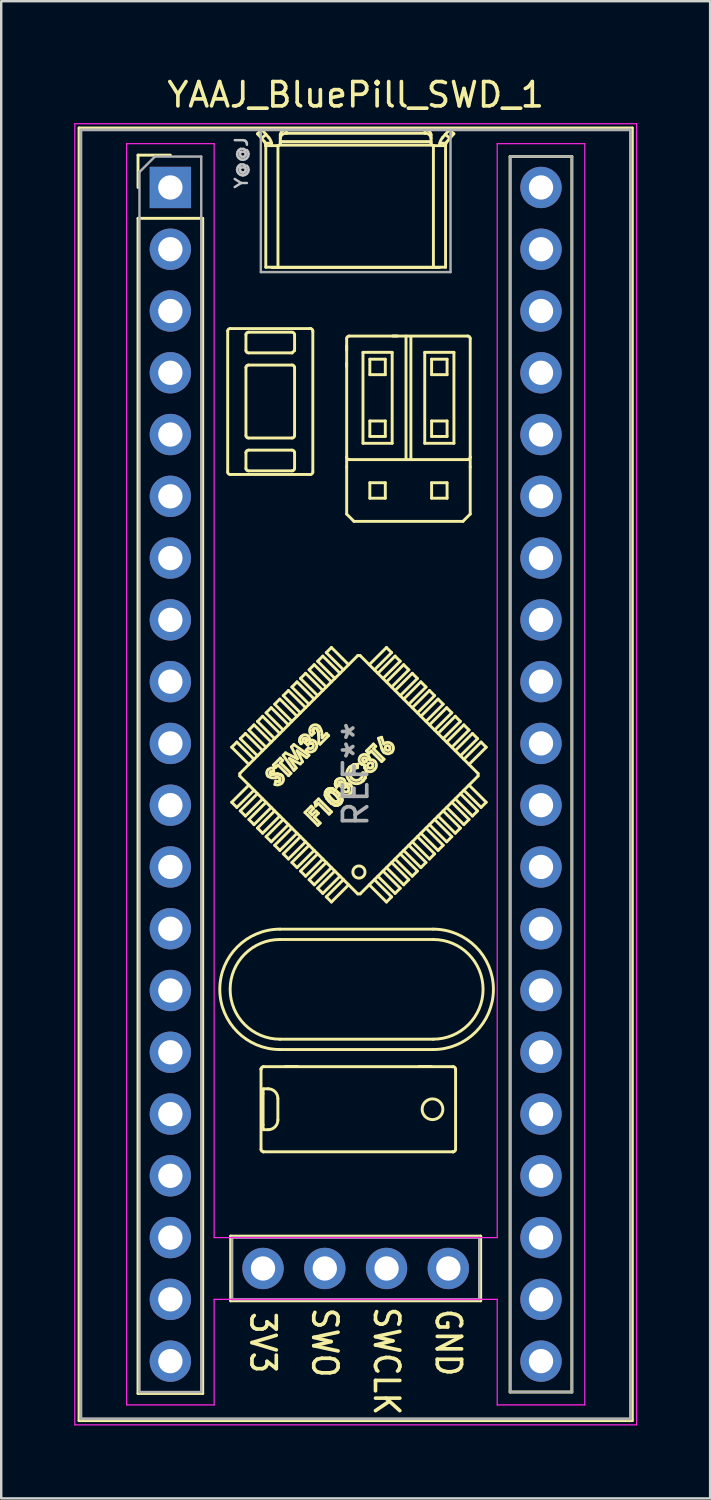
<source format=kicad_pcb>
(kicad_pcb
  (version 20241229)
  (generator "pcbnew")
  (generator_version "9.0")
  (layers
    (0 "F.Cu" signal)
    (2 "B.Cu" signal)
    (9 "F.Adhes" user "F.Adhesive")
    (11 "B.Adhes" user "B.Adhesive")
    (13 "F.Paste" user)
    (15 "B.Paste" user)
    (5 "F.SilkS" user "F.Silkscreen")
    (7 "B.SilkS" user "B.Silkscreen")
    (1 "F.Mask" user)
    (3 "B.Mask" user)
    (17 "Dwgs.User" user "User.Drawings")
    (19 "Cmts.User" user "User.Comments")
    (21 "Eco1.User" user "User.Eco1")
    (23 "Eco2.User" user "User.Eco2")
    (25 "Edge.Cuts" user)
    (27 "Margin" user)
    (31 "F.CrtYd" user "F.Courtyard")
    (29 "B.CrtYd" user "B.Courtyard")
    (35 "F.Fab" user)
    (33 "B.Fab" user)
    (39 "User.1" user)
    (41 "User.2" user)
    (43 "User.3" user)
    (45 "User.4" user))
  (footprint "YAAJ_BluePill_SWD_1"
    (layer "F.Cu")
    (at 3.955 4.658)
    (property "Reference" "YAAJ_BluePill_SWD_1" (at 7.62 -3.81 0) (layer "F.SilkS") (effects (font (size 1 1) (thickness 0.15))))
    (attr through_hole)
    (fp_line (start -3.755 -2.445) (end 18.995 -2.445) (stroke (width 0.12) (type solid)) (layer "F.SilkS"))
    (fp_line (start -3.755 50.705) (end -3.755 -2.445) (stroke (width 0.12) (type solid)) (layer "F.SilkS"))
    (fp_line (start -1.33 -1.33) (end 0 -1.33) (stroke (width 0.12) (type solid)) (layer "F.SilkS"))
    (fp_line (start -1.33 0) (end -1.33 -1.33) (stroke (width 0.12) (type solid)) (layer "F.SilkS"))
    (fp_line (start -1.33 1.27) (end 1.33 1.27) (stroke (width 0.12) (type solid)) (layer "F.SilkS"))
    (fp_line (start -1.33 49.59) (end -1.33 1.27) (stroke (width 0.12) (type solid)) (layer "F.SilkS"))
    (fp_line (start 1.33 1.27) (end 1.33 49.59) (stroke (width 0.12) (type solid)) (layer "F.SilkS"))
    (fp_line (start 1.33 49.59) (end -1.33 49.59) (stroke (width 0.12) (type solid)) (layer "F.SilkS"))
    (fp_line (start 2.358 5.902) (end 2.358 11.702) (stroke (width 0.12) (type solid)) (layer "F.SilkS"))
    (fp_line (start 2.458 11.802) (end 5.758 11.802) (stroke (width 0.12) (type solid)) (layer "F.SilkS"))
    (fp_line (start 2.48 43.12) (end 2.48 45.78) (stroke (width 0.12) (type solid)) (layer "F.SilkS"))
    (fp_line (start 2.48 45.78) (end 12.76 45.78) (stroke (width 0.12) (type solid)) (layer "F.SilkS"))
    (fp_line (start 2.522 23.017) (end 3.229 23.724) (stroke (width 0.12) (type solid)) (layer "F.SilkS"))
    (fp_line (start 2.522 25.28) (end 3.229 24.573) (stroke (width 0.12) (type solid)) (layer "F.SilkS"))
    (fp_line (start 2.734 22.805) (end 2.522 23.017) (stroke (width 0.12) (type solid)) (layer "F.SilkS"))
    (fp_line (start 2.734 22.805) (end 3.441 23.512) (stroke (width 0.12) (type solid)) (layer "F.SilkS"))
    (fp_line (start 2.734 25.492) (end 2.522 25.28) (stroke (width 0.12) (type solid)) (layer "F.SilkS"))
    (fp_line (start 2.734 25.492) (end 3.441 24.785) (stroke (width 0.12) (type solid)) (layer "F.SilkS"))
    (fp_line (start 2.855 24.199) (end 2.855 24.099) (stroke (width 0.12) (type solid)) (layer "F.SilkS"))
    (fp_line (start 2.855 24.199) (end 7.704 29.048) (stroke (width 0.12) (type solid)) (layer "F.SilkS"))
    (fp_line (start 2.875 22.664) (end 3.583 23.371) (stroke (width 0.12) (type solid)) (layer "F.SilkS"))
    (fp_line (start 2.875 25.634) (end 3.583 24.926) (stroke (width 0.12) (type solid)) (layer "F.SilkS"))
    (fp_line (start 3.088 22.452) (end 2.875 22.664) (stroke (width 0.12) (type solid)) (layer "F.SilkS"))
    (fp_line (start 3.088 22.452) (end 3.795 23.159) (stroke (width 0.12) (type solid)) (layer "F.SilkS"))
    (fp_line (start 3.088 25.846) (end 2.875 25.634) (stroke (width 0.12) (type solid)) (layer "F.SilkS"))
    (fp_line (start 3.088 25.846) (end 3.795 25.139) (stroke (width 0.12) (type solid)) (layer "F.SilkS"))
    (fp_line (start 3.108 6.702) (end 3.108 6.052) (stroke (width 0.12) (type solid)) (layer "F.SilkS"))
    (fp_line (start 3.108 10.202) (end 3.108 7.402) (stroke (width 0.12) (type solid)) (layer "F.SilkS"))
    (fp_line (start 3.108 11.552) (end 3.108 10.902) (stroke (width 0.12) (type solid)) (layer "F.SilkS"))
    (fp_line (start 3.208 5.952) (end 5.008 5.952) (stroke (width 0.12) (type solid)) (layer "F.SilkS"))
    (fp_line (start 3.208 7.302) (end 5.008 7.302) (stroke (width 0.12) (type solid)) (layer "F.SilkS"))
    (fp_line (start 3.208 10.802) (end 5.008 10.802) (stroke (width 0.12) (type solid)) (layer "F.SilkS"))
    (fp_line (start 3.229 22.31) (end 3.936 23.017) (stroke (width 0.12) (type solid)) (layer "F.SilkS"))
    (fp_line (start 3.229 25.987) (end 3.936 25.28) (stroke (width 0.12) (type solid)) (layer "F.SilkS"))
    (fp_line (start 3.441 22.098) (end 3.229 22.31) (stroke (width 0.12) (type solid)) (layer "F.SilkS"))
    (fp_line (start 3.441 22.098) (end 4.148 22.805) (stroke (width 0.12) (type solid)) (layer "F.SilkS"))
    (fp_line (start 3.441 26.199) (end 3.229 25.987) (stroke (width 0.12) (type solid)) (layer "F.SilkS"))
    (fp_line (start 3.441 26.199) (end 4.148 25.492) (stroke (width 0.12) (type solid)) (layer "F.SilkS"))
    (fp_line (start 3.583 -2.207) (end 3.861 -1.891) (stroke (width 0.12) (type solid)) (layer "F.SilkS"))
    (fp_line (start 3.583 21.957) (end 4.29 22.664) (stroke (width 0.12) (type solid)) (layer "F.SilkS"))
    (fp_line (start 3.583 26.341) (end 4.29 25.634) (stroke (width 0.12) (type solid)) (layer "F.SilkS"))
    (fp_line (start 3.728 36.253) (end 3.728 39.553) (stroke (width 0.12) (type solid)) (layer "F.SilkS"))
    (fp_line (start 3.728 36.252) (end 3.728 36.253) (stroke (width 0.12) (type solid)) (layer "F.SilkS"))
    (fp_line (start 3.748 -2.02) (end 3.933 -2.182) (stroke (width 0.12) (type solid)) (layer "F.SilkS"))
    (fp_line (start 3.767 -2.37) (end 3.583 -2.207) (stroke (width 0.12) (type solid)) (layer "F.SilkS"))
    (fp_line (start 3.795 21.744) (end 3.583 21.957) (stroke (width 0.12) (type solid)) (layer "F.SilkS"))
    (fp_line (start 3.795 21.744) (end 4.502 22.452) (stroke (width 0.12) (type solid)) (layer "F.SilkS"))
    (fp_line (start 3.795 26.553) (end 3.583 26.341) (stroke (width 0.12) (type solid)) (layer "F.SilkS"))
    (fp_line (start 3.795 26.553) (end 4.502 25.846) (stroke (width 0.12) (type solid)) (layer "F.SilkS"))
    (fp_line (start 3.812 38.544) (end 3.812 37.262) (stroke (width 0.12) (type solid)) (layer "F.SilkS"))
    (fp_line (start 3.827 39.653) (end 3.828 39.653) (stroke (width 0.12) (type solid)) (layer "F.SilkS"))
    (fp_line (start 3.828 36.153) (end 3.827 36.153) (stroke (width 0.12) (type solid)) (layer "F.SilkS"))
    (fp_line (start 3.828 36.153) (end 11.628 36.153) (stroke (width 0.12) (type solid)) (layer "F.SilkS"))
    (fp_line (start 3.828 39.653) (end 11.628 39.653) (stroke (width 0.12) (type solid)) (layer "F.SilkS"))
    (fp_line (start 3.834 38.744) (end 4.021 38.744) (stroke (width 0.12) (type solid)) (layer "F.SilkS"))
    (fp_line (start 3.924 -1.728) (end 3.929 -1.72) (stroke (width 0.12) (type solid)) (layer "F.SilkS"))
    (fp_line (start 3.924 -1.726) (end 3.924 -1.728) (stroke (width 0.12) (type solid)) (layer "F.SilkS"))
    (fp_line (start 3.924 -1.726) (end 3.924 3.28) (stroke (width 0.12) (type solid)) (layer "F.SilkS"))
    (fp_line (start 3.929 -1.72) (end 3.93 -1.72) (stroke (width 0.12) (type solid)) (layer "F.SilkS"))
    (fp_line (start 3.93 -1.72) (end 4.42 -1.72) (stroke (width 0.12) (type solid)) (layer "F.SilkS"))
    (fp_line (start 3.936 21.603) (end 4.643 22.31) (stroke (width 0.12) (type solid)) (layer "F.SilkS"))
    (fp_line (start 3.936 26.694) (end 4.643 25.987) (stroke (width 0.12) (type solid)) (layer "F.SilkS"))
    (fp_line (start 4.021 37.062) (end 3.834 37.062) (stroke (width 0.12) (type solid)) (layer "F.SilkS"))
    (fp_line (start 4.045 -2.055) (end 3.767 -2.37) (stroke (width 0.12) (type solid)) (layer "F.SilkS"))
    (fp_line (start 4.108 24.11) (end 4.126 24.122) (stroke (width 0.12) (type solid)) (layer "F.SilkS"))
    (fp_line (start 4.108 24.11) (end 4.126 24.122) (stroke (width 0.12) (type solid)) (layer "F.SilkS"))
    (fp_line (start 4.126 24.122) (end 4.142 24.127) (stroke (width 0.12) (type solid)) (layer "F.SilkS"))
    (fp_line (start 4.126 24.122) (end 4.142 24.127) (stroke (width 0.12) (type solid)) (layer "F.SilkS"))
    (fp_line (start 4.142 24.127) (end 4.221 24.127) (stroke (width 0.12) (type solid)) (layer "F.SilkS"))
    (fp_line (start 4.142 24.127) (end 4.221 24.127) (stroke (width 0.12) (type solid)) (layer "F.SilkS"))
    (fp_line (start 4.148 21.391) (end 3.936 21.603) (stroke (width 0.12) (type solid)) (layer "F.SilkS"))
    (fp_line (start 4.148 21.391) (end 4.855 22.098) (stroke (width 0.12) (type solid)) (layer "F.SilkS"))
    (fp_line (start 4.148 26.906) (end 3.936 26.694) (stroke (width 0.12) (type solid)) (layer "F.SilkS"))
    (fp_line (start 4.148 26.906) (end 4.855 26.199) (stroke (width 0.12) (type solid)) (layer "F.SilkS"))
    (fp_line (start 4.161 -1.82) (end 3.905 -1.82) (stroke (width 0.12) (type solid)) (layer "F.SilkS"))
    (fp_line (start 4.17 -1.72) (end 4.17 -1.724) (stroke (width 0.12) (type solid)) (layer "F.SilkS"))
    (fp_line (start 4.221 24.127) (end 4.283 24.123) (stroke (width 0.12) (type solid)) (layer "F.SilkS"))
    (fp_line (start 4.221 24.127) (end 4.283 24.123) (stroke (width 0.12) (type solid)) (layer "F.SilkS"))
    (fp_line (start 4.236 23.749) (end 4.522 23.463) (stroke (width 0.12) (type solid)) (layer "F.SilkS"))
    (fp_line (start 4.253 23.874) (end 4.247 24.011) (stroke (width 0.12) (type solid)) (layer "F.SilkS"))
    (fp_line (start 4.283 24.123) (end 4.355 24.118) (stroke (width 0.12) (type solid)) (layer "F.SilkS"))
    (fp_line (start 4.283 24.123) (end 4.355 24.118) (stroke (width 0.12) (type solid)) (layer "F.SilkS"))
    (fp_line (start 4.29 21.249) (end 4.997 21.957) (stroke (width 0.12) (type solid)) (layer "F.SilkS"))
    (fp_line (start 4.29 27.048) (end 4.997 26.341) (stroke (width 0.12) (type solid)) (layer "F.SilkS"))
    (fp_line (start 4.3 24.547) (end 4.334 24.413) (stroke (width 0.12) (type solid)) (layer "F.SilkS"))
    (fp_line (start 4.331 23.844) (end 4.236 23.749) (stroke (width 0.12) (type solid)) (layer "F.SilkS"))
    (fp_line (start 4.334 24.413) (end 4.424 24.424) (stroke (width 0.12) (type solid)) (layer "F.SilkS"))
    (fp_line (start 4.334 24.413) (end 4.424 24.424) (stroke (width 0.12) (type solid)) (layer "F.SilkS"))
    (fp_line (start 4.355 24.118) (end 4.412 24.116) (stroke (width 0.12) (type solid)) (layer "F.SilkS"))
    (fp_line (start 4.355 24.118) (end 4.412 24.116) (stroke (width 0.12) (type solid)) (layer "F.SilkS"))
    (fp_line (start 4.412 24.116) (end 4.518 24.135) (stroke (width 0.12) (type solid)) (layer "F.SilkS"))
    (fp_line (start 4.412 24.116) (end 4.518 24.135) (stroke (width 0.12) (type solid)) (layer "F.SilkS"))
    (fp_line (start 4.42 -1.72) (end 4.424 -1.72) (stroke (width 0.12) (type solid)) (layer "F.SilkS"))
    (fp_line (start 4.421 37.462) (end 4.421 38.344) (stroke (width 0.12) (type solid)) (layer "F.SilkS"))
    (fp_line (start 4.424 -1.72) (end 4.424 3.29) (stroke (width 0.12) (type solid)) (layer "F.SilkS"))
    (fp_line (start 4.424 24.424) (end 4.459 24.415) (stroke (width 0.12) (type solid)) (layer "F.SilkS"))
    (fp_line (start 4.424 24.424) (end 4.459 24.415) (stroke (width 0.12) (type solid)) (layer "F.SilkS"))
    (fp_line (start 4.427 23.749) (end 4.331 23.844) (stroke (width 0.12) (type solid)) (layer "F.SilkS"))
    (fp_line (start 4.459 24.415) (end 4.489 24.394) (stroke (width 0.12) (type solid)) (layer "F.SilkS"))
    (fp_line (start 4.459 24.415) (end 4.489 24.394) (stroke (width 0.12) (type solid)) (layer "F.SilkS"))
    (fp_line (start 4.502 21.037) (end 4.29 21.249) (stroke (width 0.12) (type solid)) (layer "F.SilkS"))
    (fp_line (start 4.502 21.037) (end 5.209 21.744) (stroke (width 0.12) (type solid)) (layer "F.SilkS"))
    (fp_line (start 4.502 27.26) (end 4.29 27.048) (stroke (width 0.12) (type solid)) (layer "F.SilkS"))
    (fp_line (start 4.502 27.26) (end 5.209 26.553) (stroke (width 0.12) (type solid)) (layer "F.SilkS"))
    (fp_line (start 4.508 30.923) (end 10.808 30.923) (stroke (width 0.12) (type solid)) (layer "F.SilkS"))
    (fp_line (start 4.508 35.448) (end 10.808 35.448) (stroke (width 0.12) (type solid)) (layer "F.SilkS"))
    (fp_line (start 4.518 24.135) (end 4.588 24.183) (stroke (width 0.12) (type solid)) (layer "F.SilkS"))
    (fp_line (start 4.518 24.135) (end 4.588 24.183) (stroke (width 0.12) (type solid)) (layer "F.SilkS"))
    (fp_line (start 4.52 -2.165) (end 4.52 -1.82) (stroke (width 0.12) (type solid)) (layer "F.SilkS"))
    (fp_line (start 4.52 -1.885) (end 10.72 -1.885) (stroke (width 0.12) (type solid)) (layer "F.SilkS"))
    (fp_line (start 4.522 23.463) (end 4.617 23.559) (stroke (width 0.12) (type solid)) (layer "F.SilkS"))
    (fp_line (start 4.522 23.654) (end 4.957 24.089) (stroke (width 0.12) (type solid)) (layer "F.SilkS"))
    (fp_line (start 4.617 23.559) (end 4.522 23.654) (stroke (width 0.12) (type solid)) (layer "F.SilkS"))
    (fp_line (start 4.639 23.347) (end 4.737 23.248) (stroke (width 0.12) (type solid)) (layer "F.SilkS"))
    (fp_line (start 4.643 20.896) (end 5.35 21.603) (stroke (width 0.12) (type solid)) (layer "F.SilkS"))
    (fp_line (start 4.643 27.401) (end 5.35 26.694) (stroke (width 0.12) (type solid)) (layer "F.SilkS"))
    (fp_line (start 4.737 23.248) (end 5.228 23.497) (stroke (width 0.12) (type solid)) (layer "F.SilkS"))
    (fp_line (start 4.77 -2.227) (end 4.77 -2.37) (stroke (width 0.12) (type solid)) (layer "F.SilkS"))
    (fp_line (start 4.855 20.684) (end 4.643 20.896) (stroke (width 0.12) (type solid)) (layer "F.SilkS"))
    (fp_line (start 4.855 20.684) (end 5.562 21.391) (stroke (width 0.12) (type solid)) (layer "F.SilkS"))
    (fp_line (start 4.855 27.613) (end 4.643 27.401) (stroke (width 0.12) (type solid)) (layer "F.SilkS"))
    (fp_line (start 4.855 27.613) (end 5.562 26.906) (stroke (width 0.12) (type solid)) (layer "F.SilkS"))
    (fp_line (start 4.862 24.184) (end 4.427 23.749) (stroke (width 0.12) (type solid)) (layer "F.SilkS"))
    (fp_line (start 4.897 23.479) (end 5.176 23.87) (stroke (width 0.12) (type solid)) (layer "F.SilkS"))
    (fp_line (start 4.957 24.089) (end 4.862 24.184) (stroke (width 0.12) (type solid)) (layer "F.SilkS"))
    (fp_line (start 4.98 23.005) (end 5.078 22.907) (stroke (width 0.12) (type solid)) (layer "F.SilkS"))
    (fp_line (start 4.997 20.542) (end 5.704 21.249) (stroke (width 0.12) (type solid)) (layer "F.SilkS"))
    (fp_line (start 4.997 27.755) (end 5.704 27.048) (stroke (width 0.12) (type solid)) (layer "F.SilkS"))
    (fp_line (start 5.008 6.802) (end 3.208 6.802) (stroke (width 0.12) (type solid)) (layer "F.SilkS"))
    (fp_line (start 5.008 6.802) (end 5.108 6.702) (stroke (width 0.12) (type solid)) (layer "F.SilkS"))
    (fp_line (start 5.008 10.302) (end 3.208 10.302) (stroke (width 0.12) (type solid)) (layer "F.SilkS"))
    (fp_line (start 5.008 11.652) (end 3.208 11.652) (stroke (width 0.12) (type solid)) (layer "F.SilkS"))
    (fp_line (start 5.078 22.907) (end 5.698 23.348) (stroke (width 0.12) (type solid)) (layer "F.SilkS"))
    (fp_line (start 5.079 23.967) (end 4.639 23.347) (stroke (width 0.12) (type solid)) (layer "F.SilkS"))
    (fp_line (start 5.108 6.052) (end 5.108 6.702) (stroke (width 0.12) (type solid)) (layer "F.SilkS"))
    (fp_line (start 5.108 7.402) (end 5.108 10.202) (stroke (width 0.12) (type solid)) (layer "F.SilkS"))
    (fp_line (start 5.108 10.902) (end 5.108 11.552) (stroke (width 0.12) (type solid)) (layer "F.SilkS"))
    (fp_line (start 5.176 23.87) (end 5.079 23.967) (stroke (width 0.12) (type solid)) (layer "F.SilkS"))
    (fp_line (start 5.209 20.33) (end 4.997 20.542) (stroke (width 0.12) (type solid)) (layer "F.SilkS"))
    (fp_line (start 5.209 20.33) (end 5.916 21.037) (stroke (width 0.12) (type solid)) (layer "F.SilkS"))
    (fp_line (start 5.209 27.967) (end 4.997 27.755) (stroke (width 0.12) (type solid)) (layer "F.SilkS"))
    (fp_line (start 5.209 27.967) (end 5.916 27.26) (stroke (width 0.12) (type solid)) (layer "F.SilkS"))
    (fp_line (start 5.21 23.166) (end 5.435 23.611) (stroke (width 0.12) (type solid)) (layer "F.SilkS"))
    (fp_line (start 5.228 36.143) (end 4.728 36.143) (stroke (width 0.12) (type solid)) (layer "F.SilkS"))
    (fp_line (start 5.228 23.497) (end 4.98 23.005) (stroke (width 0.12) (type solid)) (layer "F.SilkS"))
    (fp_line (start 5.319 22.738) (end 5.339 22.637) (stroke (width 0.12) (type solid)) (layer "F.SilkS"))
    (fp_line (start 5.319 22.738) (end 5.339 22.637) (stroke (width 0.12) (type solid)) (layer "F.SilkS"))
    (fp_line (start 5.331 22.801) (end 5.319 22.738) (stroke (width 0.12) (type solid)) (layer "F.SilkS"))
    (fp_line (start 5.331 22.801) (end 5.319 22.738) (stroke (width 0.12) (type solid)) (layer "F.SilkS"))
    (fp_line (start 5.339 22.637) (end 5.387 22.571) (stroke (width 0.12) (type solid)) (layer "F.SilkS"))
    (fp_line (start 5.339 22.637) (end 5.387 22.571) (stroke (width 0.12) (type solid)) (layer "F.SilkS"))
    (fp_line (start 5.342 23.704) (end 4.897 23.479) (stroke (width 0.12) (type solid)) (layer "F.SilkS"))
    (fp_line (start 5.35 20.189) (end 6.057 20.896) (stroke (width 0.12) (type solid)) (layer "F.SilkS"))
    (fp_line (start 5.35 28.108) (end 6.057 27.401) (stroke (width 0.12) (type solid)) (layer "F.SilkS"))
    (fp_line (start 5.372 22.872) (end 5.331 22.801) (stroke (width 0.12) (type solid)) (layer "F.SilkS"))
    (fp_line (start 5.372 22.872) (end 5.331 22.801) (stroke (width 0.12) (type solid)) (layer "F.SilkS"))
    (fp_line (start 5.435 23.611) (end 5.342 23.704) (stroke (width 0.12) (type solid)) (layer "F.SilkS"))
    (fp_line (start 5.467 22.777) (end 5.372 22.872) (stroke (width 0.12) (type solid)) (layer "F.SilkS"))
    (fp_line (start 5.535 25.7) (end 5.793 25.442) (stroke (width 0.12) (type solid)) (layer "F.SilkS"))
    (fp_line (start 5.549 22.831) (end 5.6 22.752) (stroke (width 0.12) (type solid)) (layer "F.SilkS"))
    (fp_line (start 5.549 22.831) (end 5.6 22.752) (stroke (width 0.12) (type solid)) (layer "F.SilkS"))
    (fp_line (start 5.562 19.977) (end 5.35 20.189) (stroke (width 0.12) (type solid)) (layer "F.SilkS"))
    (fp_line (start 5.562 19.977) (end 6.27 20.684) (stroke (width 0.12) (type solid)) (layer "F.SilkS"))
    (fp_line (start 5.562 28.321) (end 5.35 28.108) (stroke (width 0.12) (type solid)) (layer "F.SilkS"))
    (fp_line (start 5.562 28.321) (end 6.27 27.613) (stroke (width 0.12) (type solid)) (layer "F.SilkS"))
    (fp_line (start 5.583 23.137) (end 5.678 23.042) (stroke (width 0.12) (type solid)) (layer "F.SilkS"))
    (fp_line (start 5.598 22.683) (end 5.585 22.664) (stroke (width 0.12) (type solid)) (layer "F.SilkS"))
    (fp_line (start 5.598 22.683) (end 5.585 22.664) (stroke (width 0.12) (type solid)) (layer "F.SilkS"))
    (fp_line (start 5.6 22.752) (end 5.605 22.706) (stroke (width 0.12) (type solid)) (layer "F.SilkS"))
    (fp_line (start 5.6 22.752) (end 5.605 22.706) (stroke (width 0.12) (type solid)) (layer "F.SilkS"))
    (fp_line (start 5.602 23.444) (end 5.21 23.166) (stroke (width 0.12) (type solid)) (layer "F.SilkS"))
    (fp_line (start 5.605 22.706) (end 5.598 22.683) (stroke (width 0.12) (type solid)) (layer "F.SilkS"))
    (fp_line (start 5.605 22.706) (end 5.598 22.683) (stroke (width 0.12) (type solid)) (layer "F.SilkS"))
    (fp_line (start 5.637 22.92) (end 5.549 22.831) (stroke (width 0.12) (type solid)) (layer "F.SilkS"))
    (fp_line (start 5.698 23.348) (end 5.602 23.444) (stroke (width 0.12) (type solid)) (layer "F.SilkS"))
    (fp_line (start 5.704 19.835) (end 6.411 20.542) (stroke (width 0.12) (type solid)) (layer "F.SilkS"))
    (fp_line (start 5.704 28.462) (end 6.411 27.755) (stroke (width 0.12) (type solid)) (layer "F.SilkS"))
    (fp_line (start 5.725 25.7) (end 5.827 25.802) (stroke (width 0.12) (type solid)) (layer "F.SilkS"))
    (fp_line (start 5.738 22.854) (end 5.637 22.92) (stroke (width 0.12) (type solid)) (layer "F.SilkS"))
    (fp_line (start 5.738 22.854) (end 5.637 22.92) (stroke (width 0.12) (type solid)) (layer "F.SilkS"))
    (fp_line (start 5.758 5.802) (end 2.458 5.802) (stroke (width 0.12) (type solid)) (layer "F.SilkS"))
    (fp_line (start 5.762 5.802) (end 5.758 5.802) (stroke (width 0.12) (type solid)) (layer "F.SilkS"))
    (fp_line (start 5.793 25.442) (end 5.888 25.537) (stroke (width 0.12) (type solid)) (layer "F.SilkS"))
    (fp_line (start 5.798 22.849) (end 5.738 22.854) (stroke (width 0.12) (type solid)) (layer "F.SilkS"))
    (fp_line (start 5.798 22.849) (end 5.738 22.854) (stroke (width 0.12) (type solid)) (layer "F.SilkS"))
    (fp_line (start 5.827 25.802) (end 5.99 25.639) (stroke (width 0.12) (type solid)) (layer "F.SilkS"))
    (fp_line (start 5.827 22.858) (end 5.798 22.849) (stroke (width 0.12) (type solid)) (layer "F.SilkS"))
    (fp_line (start 5.827 22.858) (end 5.798 22.849) (stroke (width 0.12) (type solid)) (layer "F.SilkS"))
    (fp_line (start 5.852 22.876) (end 5.827 22.858) (stroke (width 0.12) (type solid)) (layer "F.SilkS"))
    (fp_line (start 5.852 22.876) (end 5.827 22.858) (stroke (width 0.12) (type solid)) (layer "F.SilkS"))
    (fp_line (start 5.858 11.702) (end 5.858 5.902) (stroke (width 0.12) (type solid)) (layer "F.SilkS"))
    (fp_line (start 5.862 22.307) (end 5.866 22.36) (stroke (width 0.12) (type solid)) (layer "F.SilkS"))
    (fp_line (start 5.862 22.307) (end 5.866 22.36) (stroke (width 0.12) (type solid)) (layer "F.SilkS"))
    (fp_line (start 5.866 22.36) (end 5.909 22.43) (stroke (width 0.12) (type solid)) (layer "F.SilkS"))
    (fp_line (start 5.866 22.36) (end 5.909 22.43) (stroke (width 0.12) (type solid)) (layer "F.SilkS"))
    (fp_line (start 5.887 22.261) (end 5.862 22.307) (stroke (width 0.12) (type solid)) (layer "F.SilkS"))
    (fp_line (start 5.887 22.261) (end 5.862 22.307) (stroke (width 0.12) (type solid)) (layer "F.SilkS"))
    (fp_line (start 5.888 25.537) (end 5.725 25.7) (stroke (width 0.12) (type solid)) (layer "F.SilkS"))
    (fp_line (start 5.909 22.43) (end 5.814 22.525) (stroke (width 0.12) (type solid)) (layer "F.SilkS"))
    (fp_line (start 5.916 19.623) (end 5.704 19.835) (stroke (width 0.12) (type solid)) (layer "F.SilkS"))
    (fp_line (start 5.916 19.623) (end 6.623 20.33) (stroke (width 0.12) (type solid)) (layer "F.SilkS"))
    (fp_line (start 5.916 28.674) (end 5.704 28.462) (stroke (width 0.12) (type solid)) (layer "F.SilkS"))
    (fp_line (start 5.916 28.674) (end 6.623 27.967) (stroke (width 0.12) (type solid)) (layer "F.SilkS"))
    (fp_line (start 5.922 25.898) (end 6.16 26.136) (stroke (width 0.12) (type solid)) (layer "F.SilkS"))
    (fp_line (start 5.945 25.29) (end 6.092 25.143) (stroke (width 0.12) (type solid)) (layer "F.SilkS"))
    (fp_line (start 5.977 25.435) (end 5.945 25.29) (stroke (width 0.12) (type solid)) (layer "F.SilkS"))
    (fp_line (start 5.99 25.639) (end 6.086 25.734) (stroke (width 0.12) (type solid)) (layer "F.SilkS"))
    (fp_line (start 6.057 19.482) (end 6.765 20.189) (stroke (width 0.12) (type solid)) (layer "F.SilkS"))
    (fp_line (start 6.057 28.815) (end 6.765 28.108) (stroke (width 0.12) (type solid)) (layer "F.SilkS"))
    (fp_line (start 6.065 26.231) (end 5.535 25.7) (stroke (width 0.12) (type solid)) (layer "F.SilkS"))
    (fp_line (start 6.08 22.368) (end 6.027 22.263) (stroke (width 0.12) (type solid)) (layer "F.SilkS"))
    (fp_line (start 6.08 22.368) (end 6.027 22.263) (stroke (width 0.12) (type solid)) (layer "F.SilkS"))
    (fp_line (start 6.086 25.326) (end 5.977 25.435) (stroke (width 0.12) (type solid)) (layer "F.SilkS"))
    (fp_line (start 6.086 25.734) (end 5.922 25.898) (stroke (width 0.12) (type solid)) (layer "F.SilkS"))
    (fp_line (start 6.092 25.143) (end 6.623 25.673) (stroke (width 0.12) (type solid)) (layer "F.SilkS"))
    (fp_line (start 6.095 22.52) (end 6.08 22.368) (stroke (width 0.12) (type solid)) (layer "F.SilkS"))
    (fp_line (start 6.095 22.52) (end 6.08 22.368) (stroke (width 0.12) (type solid)) (layer "F.SilkS"))
    (fp_line (start 6.105 22.844) (end 6.095 22.52) (stroke (width 0.12) (type solid)) (layer "F.SilkS"))
    (fp_line (start 6.154 22.892) (end 6.105 22.844) (stroke (width 0.12) (type solid)) (layer "F.SilkS"))
    (fp_line (start 6.16 26.136) (end 6.065 26.231) (stroke (width 0.12) (type solid)) (layer "F.SilkS"))
    (fp_line (start 6.232 22.51) (end 6.24 22.629) (stroke (width 0.12) (type solid)) (layer "F.SilkS"))
    (fp_line (start 6.24 22.629) (end 6.419 22.45) (stroke (width 0.12) (type solid)) (layer "F.SilkS"))
    (fp_line (start 6.27 19.27) (end 6.057 19.482) (stroke (width 0.12) (type solid)) (layer "F.SilkS"))
    (fp_line (start 6.27 19.27) (end 6.977 19.977) (stroke (width 0.12) (type solid)) (layer "F.SilkS"))
    (fp_line (start 6.27 29.028) (end 6.057 28.815) (stroke (width 0.12) (type solid)) (layer "F.SilkS"))
    (fp_line (start 6.27 29.028) (end 6.977 28.321) (stroke (width 0.12) (type solid)) (layer "F.SilkS"))
    (fp_line (start 6.365 24.988) (end 6.373 24.863) (stroke (width 0.12) (type solid)) (layer "F.SilkS"))
    (fp_line (start 6.365 24.988) (end 6.373 24.863) (stroke (width 0.12) (type solid)) (layer "F.SilkS"))
    (fp_line (start 6.373 24.863) (end 6.427 24.781) (stroke (width 0.12) (type solid)) (layer "F.SilkS"))
    (fp_line (start 6.373 24.863) (end 6.427 24.781) (stroke (width 0.12) (type solid)) (layer "F.SilkS"))
    (fp_line (start 6.411 19.128) (end 7.118 19.835) (stroke (width 0.12) (type solid)) (layer "F.SilkS"))
    (fp_line (start 6.411 29.169) (end 7.118 28.462) (stroke (width 0.12) (type solid)) (layer "F.SilkS"))
    (fp_line (start 6.419 22.45) (end 6.507 22.539) (stroke (width 0.12) (type solid)) (layer "F.SilkS"))
    (fp_line (start 6.421 25.111) (end 6.365 24.988) (stroke (width 0.12) (type solid)) (layer "F.SilkS"))
    (fp_line (start 6.421 25.111) (end 6.365 24.988) (stroke (width 0.12) (type solid)) (layer "F.SilkS"))
    (fp_line (start 6.427 24.781) (end 6.48 24.74) (stroke (width 0.12) (type solid)) (layer "F.SilkS"))
    (fp_line (start 6.427 24.781) (end 6.48 24.74) (stroke (width 0.12) (type solid)) (layer "F.SilkS"))
    (fp_line (start 6.48 24.74) (end 6.541 24.715) (stroke (width 0.12) (type solid)) (layer "F.SilkS"))
    (fp_line (start 6.48 24.74) (end 6.541 24.715) (stroke (width 0.12) (type solid)) (layer "F.SilkS"))
    (fp_line (start 6.496 24.948) (end 6.524 25.024) (stroke (width 0.12) (type solid)) (layer "F.SilkS"))
    (fp_line (start 6.496 24.948) (end 6.524 25.024) (stroke (width 0.12) (type solid)) (layer "F.SilkS"))
    (fp_line (start 6.503 24.908) (end 6.496 24.948) (stroke (width 0.12) (type solid)) (layer "F.SilkS"))
    (fp_line (start 6.503 24.908) (end 6.496 24.948) (stroke (width 0.12) (type solid)) (layer "F.SilkS"))
    (fp_line (start 6.507 22.539) (end 6.154 22.892) (stroke (width 0.12) (type solid)) (layer "F.SilkS"))
    (fp_line (start 6.524 25.024) (end 6.629 25.149) (stroke (width 0.12) (type solid)) (layer "F.SilkS"))
    (fp_line (start 6.524 25.024) (end 6.629 25.149) (stroke (width 0.12) (type solid)) (layer "F.SilkS"))
    (fp_line (start 6.525 24.874) (end 6.503 24.908) (stroke (width 0.12) (type solid)) (layer "F.SilkS"))
    (fp_line (start 6.525 24.874) (end 6.503 24.908) (stroke (width 0.12) (type solid)) (layer "F.SilkS"))
    (fp_line (start 6.528 25.768) (end 6.086 25.326) (stroke (width 0.12) (type solid)) (layer "F.SilkS"))
    (fp_line (start 6.533 25.243) (end 6.421 25.111) (stroke (width 0.12) (type solid)) (layer "F.SilkS"))
    (fp_line (start 6.533 25.243) (end 6.421 25.111) (stroke (width 0.12) (type solid)) (layer "F.SilkS"))
    (fp_line (start 6.541 24.715) (end 6.608 24.71) (stroke (width 0.12) (type solid)) (layer "F.SilkS"))
    (fp_line (start 6.541 24.715) (end 6.608 24.71) (stroke (width 0.12) (type solid)) (layer "F.SilkS"))
    (fp_line (start 6.558 24.852) (end 6.525 24.874) (stroke (width 0.12) (type solid)) (layer "F.SilkS"))
    (fp_line (start 6.558 24.852) (end 6.525 24.874) (stroke (width 0.12) (type solid)) (layer "F.SilkS"))
    (fp_line (start 6.597 24.848) (end 6.558 24.852) (stroke (width 0.12) (type solid)) (layer "F.SilkS"))
    (fp_line (start 6.597 24.848) (end 6.558 24.852) (stroke (width 0.12) (type solid)) (layer "F.SilkS"))
    (fp_line (start 6.608 24.71) (end 6.673 24.725) (stroke (width 0.12) (type solid)) (layer "F.SilkS"))
    (fp_line (start 6.608 24.71) (end 6.673 24.725) (stroke (width 0.12) (type solid)) (layer "F.SilkS"))
    (fp_line (start 6.623 25.673) (end 6.528 25.768) (stroke (width 0.12) (type solid)) (layer "F.SilkS"))
    (fp_line (start 6.623 18.916) (end 6.411 19.128) (stroke (width 0.12) (type solid)) (layer "F.SilkS"))
    (fp_line (start 6.623 18.916) (end 7.33 19.623) (stroke (width 0.12) (type solid)) (layer "F.SilkS"))
    (fp_line (start 6.623 29.381) (end 6.411 29.169) (stroke (width 0.12) (type solid)) (layer "F.SilkS"))
    (fp_line (start 6.623 29.381) (end 7.33 28.674) (stroke (width 0.12) (type solid)) (layer "F.SilkS"))
    (fp_line (start 6.629 25.149) (end 6.749 25.246) (stroke (width 0.12) (type solid)) (layer "F.SilkS"))
    (fp_line (start 6.629 25.149) (end 6.749 25.246) (stroke (width 0.12) (type solid)) (layer "F.SilkS"))
    (fp_line (start 6.631 25.331) (end 6.533 25.243) (stroke (width 0.12) (type solid)) (layer "F.SilkS"))
    (fp_line (start 6.631 25.331) (end 6.533 25.243) (stroke (width 0.12) (type solid)) (layer "F.SilkS"))
    (fp_line (start 6.671 24.873) (end 6.597 24.848) (stroke (width 0.12) (type solid)) (layer "F.SilkS"))
    (fp_line (start 6.671 24.873) (end 6.597 24.848) (stroke (width 0.12) (type solid)) (layer "F.SilkS"))
    (fp_line (start 6.673 24.725) (end 6.788 24.789) (stroke (width 0.12) (type solid)) (layer "F.SilkS"))
    (fp_line (start 6.673 24.725) (end 6.788 24.789) (stroke (width 0.12) (type solid)) (layer "F.SilkS"))
    (fp_line (start 6.746 25.394) (end 6.631 25.331) (stroke (width 0.12) (type solid)) (layer "F.SilkS"))
    (fp_line (start 6.746 25.394) (end 6.631 25.331) (stroke (width 0.12) (type solid)) (layer "F.SilkS"))
    (fp_line (start 6.749 25.246) (end 6.822 25.268) (stroke (width 0.12) (type solid)) (layer "F.SilkS"))
    (fp_line (start 6.749 25.246) (end 6.822 25.268) (stroke (width 0.12) (type solid)) (layer "F.SilkS"))
    (fp_line (start 6.781 24.526) (end 6.801 24.425) (stroke (width 0.12) (type solid)) (layer "F.SilkS"))
    (fp_line (start 6.781 24.526) (end 6.801 24.425) (stroke (width 0.12) (type solid)) (layer "F.SilkS"))
    (fp_line (start 6.788 24.789) (end 6.888 24.878) (stroke (width 0.12) (type solid)) (layer "F.SilkS"))
    (fp_line (start 6.788 24.789) (end 6.888 24.878) (stroke (width 0.12) (type solid)) (layer "F.SilkS"))
    (fp_line (start 6.793 24.973) (end 6.671 24.873) (stroke (width 0.12) (type solid)) (layer "F.SilkS"))
    (fp_line (start 6.793 24.973) (end 6.671 24.873) (stroke (width 0.12) (type solid)) (layer "F.SilkS"))
    (fp_line (start 6.793 24.589) (end 6.781 24.526) (stroke (width 0.12) (type solid)) (layer "F.SilkS"))
    (fp_line (start 6.793 24.589) (end 6.781 24.526) (stroke (width 0.12) (type solid)) (layer "F.SilkS"))
    (fp_line (start 6.801 24.425) (end 6.849 24.359) (stroke (width 0.12) (type solid)) (layer "F.SilkS"))
    (fp_line (start 6.801 24.425) (end 6.849 24.359) (stroke (width 0.12) (type solid)) (layer "F.SilkS"))
    (fp_line (start 6.811 25.407) (end 6.746 25.394) (stroke (width 0.12) (type solid)) (layer "F.SilkS"))
    (fp_line (start 6.811 25.407) (end 6.746 25.394) (stroke (width 0.12) (type solid)) (layer "F.SilkS"))
    (fp_line (start 6.822 25.268) (end 6.86 25.262) (stroke (width 0.12) (type solid)) (layer "F.SilkS"))
    (fp_line (start 6.822 25.268) (end 6.86 25.262) (stroke (width 0.12) (type solid)) (layer "F.SilkS"))
    (fp_line (start 6.834 24.66) (end 6.793 24.589) (stroke (width 0.12) (type solid)) (layer "F.SilkS"))
    (fp_line (start 6.834 24.66) (end 6.793 24.589) (stroke (width 0.12) (type solid)) (layer "F.SilkS"))
    (fp_line (start 6.856 25.043) (end 6.793 24.973) (stroke (width 0.12) (type solid)) (layer "F.SilkS"))
    (fp_line (start 6.856 25.043) (end 6.793 24.973) (stroke (width 0.12) (type solid)) (layer "F.SilkS"))
    (fp_line (start 6.86 25.262) (end 6.892 25.241) (stroke (width 0.12) (type solid)) (layer "F.SilkS"))
    (fp_line (start 6.86 25.262) (end 6.892 25.241) (stroke (width 0.12) (type solid)) (layer "F.SilkS"))
    (fp_line (start 6.876 25.402) (end 6.811 25.407) (stroke (width 0.12) (type solid)) (layer "F.SilkS"))
    (fp_line (start 6.876 25.402) (end 6.811 25.407) (stroke (width 0.12) (type solid)) (layer "F.SilkS"))
    (fp_line (start 6.888 24.878) (end 6.976 24.977) (stroke (width 0.12) (type solid)) (layer "F.SilkS"))
    (fp_line (start 6.888 24.878) (end 6.976 24.977) (stroke (width 0.12) (type solid)) (layer "F.SilkS"))
    (fp_line (start 6.914 25.146) (end 6.856 25.043) (stroke (width 0.12) (type solid)) (layer "F.SilkS"))
    (fp_line (start 6.914 25.146) (end 6.856 25.043) (stroke (width 0.12) (type solid)) (layer "F.SilkS"))
    (fp_line (start 6.929 24.565) (end 6.834 24.66) (stroke (width 0.12) (type solid)) (layer "F.SilkS"))
    (fp_line (start 6.936 25.377) (end 6.876 25.402) (stroke (width 0.12) (type solid)) (layer "F.SilkS"))
    (fp_line (start 6.936 25.377) (end 6.876 25.402) (stroke (width 0.12) (type solid)) (layer "F.SilkS"))
    (fp_line (start 6.976 24.977) (end 7.041 25.092) (stroke (width 0.12) (type solid)) (layer "F.SilkS"))
    (fp_line (start 6.976 24.977) (end 7.041 25.092) (stroke (width 0.12) (type solid)) (layer "F.SilkS"))
    (fp_line (start 6.988 25.335) (end 6.936 25.377) (stroke (width 0.12) (type solid)) (layer "F.SilkS"))
    (fp_line (start 6.988 25.335) (end 6.936 25.377) (stroke (width 0.12) (type solid)) (layer "F.SilkS"))
    (fp_line (start 7.01 24.619) (end 7.062 24.54) (stroke (width 0.12) (type solid)) (layer "F.SilkS"))
    (fp_line (start 7.01 24.619) (end 7.062 24.54) (stroke (width 0.12) (type solid)) (layer "F.SilkS"))
    (fp_line (start 7.029 25.284) (end 6.988 25.335) (stroke (width 0.12) (type solid)) (layer "F.SilkS"))
    (fp_line (start 7.029 25.284) (end 6.988 25.335) (stroke (width 0.12) (type solid)) (layer "F.SilkS"))
    (fp_line (start 7.041 25.092) (end 7.057 25.157) (stroke (width 0.12) (type solid)) (layer "F.SilkS"))
    (fp_line (start 7.041 25.092) (end 7.057 25.157) (stroke (width 0.12) (type solid)) (layer "F.SilkS"))
    (fp_line (start 7.044 24.925) (end 7.14 24.83) (stroke (width 0.12) (type solid)) (layer "F.SilkS"))
    (fp_line (start 7.054 25.223) (end 7.029 25.284) (stroke (width 0.12) (type solid)) (layer "F.SilkS"))
    (fp_line (start 7.054 25.223) (end 7.029 25.284) (stroke (width 0.12) (type solid)) (layer "F.SilkS"))
    (fp_line (start 7.057 25.157) (end 7.054 25.223) (stroke (width 0.12) (type solid)) (layer "F.SilkS"))
    (fp_line (start 7.057 25.157) (end 7.054 25.223) (stroke (width 0.12) (type solid)) (layer "F.SilkS"))
    (fp_line (start 7.06 24.471) (end 7.047 24.452) (stroke (width 0.12) (type solid)) (layer "F.SilkS"))
    (fp_line (start 7.06 24.471) (end 7.047 24.452) (stroke (width 0.12) (type solid)) (layer "F.SilkS"))
    (fp_line (start 7.062 24.54) (end 7.067 24.494) (stroke (width 0.12) (type solid)) (layer "F.SilkS"))
    (fp_line (start 7.062 24.54) (end 7.067 24.494) (stroke (width 0.12) (type solid)) (layer "F.SilkS"))
    (fp_line (start 7.067 24.494) (end 7.06 24.471) (stroke (width 0.12) (type solid)) (layer "F.SilkS"))
    (fp_line (start 7.067 24.494) (end 7.06 24.471) (stroke (width 0.12) (type solid)) (layer "F.SilkS"))
    (fp_line (start 7.099 24.708) (end 7.01 24.619) (stroke (width 0.12) (type solid)) (layer "F.SilkS"))
    (fp_line (start 7.2 24.642) (end 7.099 24.708) (stroke (width 0.12) (type solid)) (layer "F.SilkS"))
    (fp_line (start 7.2 24.642) (end 7.099 24.708) (stroke (width 0.12) (type solid)) (layer "F.SilkS"))
    (fp_line (start 7.249 6.502) (end 7.249 6.691) (stroke (width 0.12) (type solid)) (layer "F.SilkS"))
    (fp_line (start 7.249 7.231) (end 7.249 7.265) (stroke (width 0.12) (type solid)) (layer "F.SilkS"))
    (fp_line (start 7.249 7.315) (end 7.249 7.359) (stroke (width 0.12) (type solid)) (layer "F.SilkS"))
    (fp_line (start 7.25 11.09) (end 7.25 6.21) (stroke (width 0.12) (type solid)) (layer "F.SilkS"))
    (fp_line (start 7.25 11.09) (end 7.25 11.49) (stroke (width 0.12) (type solid)) (layer "F.SilkS"))
    (fp_line (start 7.25 11.49) (end 7.25 13.43) (stroke (width 0.12) (type solid)) (layer "F.SilkS"))
    (fp_line (start 7.25 13.43) (end 7.55 13.73) (stroke (width 0.12) (type solid)) (layer "F.SilkS"))
    (fp_line (start 7.26 24.637) (end 7.2 24.642) (stroke (width 0.12) (type solid)) (layer "F.SilkS"))
    (fp_line (start 7.26 24.637) (end 7.2 24.642) (stroke (width 0.12) (type solid)) (layer "F.SilkS"))
    (fp_line (start 7.289 24.646) (end 7.26 24.637) (stroke (width 0.12) (type solid)) (layer "F.SilkS"))
    (fp_line (start 7.289 24.646) (end 7.26 24.637) (stroke (width 0.12) (type solid)) (layer "F.SilkS"))
    (fp_line (start 7.314 24.664) (end 7.289 24.646) (stroke (width 0.12) (type solid)) (layer "F.SilkS"))
    (fp_line (start 7.314 24.664) (end 7.289 24.646) (stroke (width 0.12) (type solid)) (layer "F.SilkS"))
    (fp_line (start 7.35 6.11) (end 12.23 6.11) (stroke (width 0.12) (type solid)) (layer "F.SilkS"))
    (fp_line (start 7.369 23.839) (end 7.542 23.736) (stroke (width 0.12) (type solid)) (layer "F.SilkS"))
    (fp_line (start 7.369 23.839) (end 7.542 23.736) (stroke (width 0.12) (type solid)) (layer "F.SilkS"))
    (fp_line (start 7.542 23.736) (end 7.701 23.719) (stroke (width 0.12) (type solid)) (layer "F.SilkS"))
    (fp_line (start 7.542 23.736) (end 7.701 23.719) (stroke (width 0.12) (type solid)) (layer "F.SilkS"))
    (fp_line (start 7.55 13.73) (end 12.03 13.73) (stroke (width 0.12) (type solid)) (layer "F.SilkS"))
    (fp_line (start 7.555 23.876) (end 7.46 23.938) (stroke (width 0.12) (type solid)) (layer "F.SilkS"))
    (fp_line (start 7.555 23.876) (end 7.46 23.938) (stroke (width 0.12) (type solid)) (layer "F.SilkS"))
    (fp_line (start 7.698 23.855) (end 7.555 23.876) (stroke (width 0.12) (type solid)) (layer "F.SilkS"))
    (fp_line (start 7.698 23.855) (end 7.555 23.876) (stroke (width 0.12) (type solid)) (layer "F.SilkS"))
    (fp_line (start 7.701 23.719) (end 7.698 23.855) (stroke (width 0.12) (type solid)) (layer "F.SilkS"))
    (fp_line (start 7.704 19.249) (end 2.855 24.099) (stroke (width 0.12) (type solid)) (layer "F.SilkS"))
    (fp_line (start 7.704 29.048) (end 7.804 29.048) (stroke (width 0.12) (type solid)) (layer "F.SilkS"))
    (fp_line (start 7.804 19.249) (end 7.704 19.249) (stroke (width 0.12) (type solid)) (layer "F.SilkS"))
    (fp_line (start 7.886 23.723) (end 7.825 23.68) (stroke (width 0.12) (type solid)) (layer "F.SilkS"))
    (fp_line (start 7.886 23.723) (end 7.825 23.68) (stroke (width 0.12) (type solid)) (layer "F.SilkS"))
    (fp_line (start 7.91 24.068) (end 8.049 24.071) (stroke (width 0.12) (type solid)) (layer "F.SilkS"))
    (fp_line (start 7.92 6.78) (end 9.12 6.78) (stroke (width 0.12) (type solid)) (layer "F.SilkS"))
    (fp_line (start 7.92 10.52) (end 7.92 6.78) (stroke (width 0.12) (type solid)) (layer "F.SilkS"))
    (fp_line (start 7.979 23.746) (end 7.886 23.723) (stroke (width 0.12) (type solid)) (layer "F.SilkS"))
    (fp_line (start 7.979 23.746) (end 7.886 23.723) (stroke (width 0.12) (type solid)) (layer "F.SilkS"))
    (fp_line (start 7.983 23.845) (end 7.979 23.746) (stroke (width 0.12) (type solid)) (layer "F.SilkS"))
    (fp_line (start 7.983 23.845) (end 7.979 23.746) (stroke (width 0.12) (type solid)) (layer "F.SilkS"))
    (fp_line (start 8.016 24.269) (end 7.925 24.398) (stroke (width 0.12) (type solid)) (layer "F.SilkS"))
    (fp_line (start 8.016 24.269) (end 7.925 24.398) (stroke (width 0.12) (type solid)) (layer "F.SilkS"))
    (fp_line (start 8.045 23.954) (end 7.983 23.845) (stroke (width 0.12) (type solid)) (layer "F.SilkS"))
    (fp_line (start 8.045 23.954) (end 7.983 23.845) (stroke (width 0.12) (type solid)) (layer "F.SilkS"))
    (fp_line (start 8.049 24.071) (end 8.016 24.269) (stroke (width 0.12) (type solid)) (layer "F.SilkS"))
    (fp_line (start 8.049 24.071) (end 8.016 24.269) (stroke (width 0.12) (type solid)) (layer "F.SilkS"))
    (fp_line (start 8.064 23.171) (end 8.35 22.886) (stroke (width 0.12) (type solid)) (layer "F.SilkS"))
    (fp_line (start 8.133 23.376) (end 8.182 23.456) (stroke (width 0.12) (type solid)) (layer "F.SilkS"))
    (fp_line (start 8.133 23.376) (end 8.182 23.456) (stroke (width 0.12) (type solid)) (layer "F.SilkS"))
    (fp_line (start 8.159 23.266) (end 8.064 23.171) (stroke (width 0.12) (type solid)) (layer "F.SilkS"))
    (fp_line (start 8.182 23.456) (end 8.196 23.529) (stroke (width 0.12) (type solid)) (layer "F.SilkS"))
    (fp_line (start 8.182 23.456) (end 8.196 23.529) (stroke (width 0.12) (type solid)) (layer "F.SilkS"))
    (fp_line (start 8.202 7.062) (end 8.838 7.062) (stroke (width 0.12) (type solid)) (layer "F.SilkS"))
    (fp_line (start 8.202 7.698) (end 8.202 7.062) (stroke (width 0.12) (type solid)) (layer "F.SilkS"))
    (fp_line (start 8.202 9.602) (end 8.838 9.602) (stroke (width 0.12) (type solid)) (layer "F.SilkS"))
    (fp_line (start 8.202 10.238) (end 8.202 9.602) (stroke (width 0.12) (type solid)) (layer "F.SilkS"))
    (fp_line (start 8.202 12.142) (end 8.838 12.142) (stroke (width 0.12) (type solid)) (layer "F.SilkS"))
    (fp_line (start 8.202 12.778) (end 8.202 12.142) (stroke (width 0.12) (type solid)) (layer "F.SilkS"))
    (fp_line (start 8.255 23.171) (end 8.159 23.266) (stroke (width 0.12) (type solid)) (layer "F.SilkS"))
    (fp_line (start 8.35 22.886) (end 8.445 22.981) (stroke (width 0.12) (type solid)) (layer "F.SilkS"))
    (fp_line (start 8.35 23.076) (end 8.785 23.511) (stroke (width 0.12) (type solid)) (layer "F.SilkS"))
    (fp_line (start 8.445 22.981) (end 8.35 23.076) (stroke (width 0.12) (type solid)) (layer "F.SilkS"))
    (fp_line (start 8.558 22.65) (end 8.685 22.608) (stroke (width 0.12) (type solid)) (layer "F.SilkS"))
    (fp_line (start 8.685 22.608) (end 8.775 22.882) (stroke (width 0.12) (type solid)) (layer "F.SilkS"))
    (fp_line (start 8.688 23.049) (end 8.558 22.65) (stroke (width 0.12) (type solid)) (layer "F.SilkS"))
    (fp_line (start 8.69 23.606) (end 8.255 23.171) (stroke (width 0.12) (type solid)) (layer "F.SilkS"))
    (fp_line (start 8.718 23.127) (end 8.688 23.049) (stroke (width 0.12) (type solid)) (layer "F.SilkS"))
    (fp_line (start 8.718 23.127) (end 8.688 23.049) (stroke (width 0.12) (type solid)) (layer "F.SilkS"))
    (fp_line (start 8.775 23.216) (end 8.718 23.127) (stroke (width 0.12) (type solid)) (layer "F.SilkS"))
    (fp_line (start 8.775 23.216) (end 8.718 23.127) (stroke (width 0.12) (type solid)) (layer "F.SilkS"))
    (fp_line (start 8.785 23.511) (end 8.69 23.606) (stroke (width 0.12) (type solid)) (layer "F.SilkS"))
    (fp_line (start 8.838 7.062) (end 8.838 7.698) (stroke (width 0.12) (type solid)) (layer "F.SilkS"))
    (fp_line (start 8.838 7.698) (end 8.202 7.698) (stroke (width 0.12) (type solid)) (layer "F.SilkS"))
    (fp_line (start 8.838 9.602) (end 8.838 10.238) (stroke (width 0.12) (type solid)) (layer "F.SilkS"))
    (fp_line (start 8.838 10.238) (end 8.202 10.238) (stroke (width 0.12) (type solid)) (layer "F.SilkS"))
    (fp_line (start 8.838 12.142) (end 8.838 12.778) (stroke (width 0.12) (type solid)) (layer "F.SilkS"))
    (fp_line (start 8.838 12.778) (end 8.202 12.778) (stroke (width 0.12) (type solid)) (layer "F.SilkS"))
    (fp_line (start 8.886 18.916) (end 8.179 19.623) (stroke (width 0.12) (type solid)) (layer "F.SilkS"))
    (fp_line (start 8.886 29.381) (end 8.179 28.674) (stroke (width 0.12) (type solid)) (layer "F.SilkS"))
    (fp_line (start 9.098 19.128) (end 8.391 19.835) (stroke (width 0.12) (type solid)) (layer "F.SilkS"))
    (fp_line (start 9.098 19.128) (end 8.886 18.916) (stroke (width 0.12) (type solid)) (layer "F.SilkS"))
    (fp_line (start 9.098 29.169) (end 8.391 28.462) (stroke (width 0.12) (type solid)) (layer "F.SilkS"))
    (fp_line (start 9.098 29.169) (end 8.886 29.381) (stroke (width 0.12) (type solid)) (layer "F.SilkS"))
    (fp_line (start 9.12 6.78) (end 9.12 10.52) (stroke (width 0.12) (type solid)) (layer "F.SilkS"))
    (fp_line (start 9.12 10.52) (end 7.92 10.52) (stroke (width 0.12) (type solid)) (layer "F.SilkS"))
    (fp_line (start 9.239 19.27) (end 8.532 19.977) (stroke (width 0.12) (type solid)) (layer "F.SilkS"))
    (fp_line (start 9.239 29.028) (end 8.532 28.321) (stroke (width 0.12) (type solid)) (layer "F.SilkS"))
    (fp_line (start 9.331 6.109) (end 9.142 6.109) (stroke (width 0.12) (type solid)) (layer "F.SilkS"))
    (fp_line (start 9.452 19.482) (end 8.744 20.189) (stroke (width 0.12) (type solid)) (layer "F.SilkS"))
    (fp_line (start 9.452 19.482) (end 9.239 19.27) (stroke (width 0.12) (type solid)) (layer "F.SilkS"))
    (fp_line (start 9.452 28.815) (end 8.744 28.108) (stroke (width 0.12) (type solid)) (layer "F.SilkS"))
    (fp_line (start 9.452 28.815) (end 9.239 29.028) (stroke (width 0.12) (type solid)) (layer "F.SilkS"))
    (fp_line (start 9.593 19.623) (end 8.886 20.33) (stroke (width 0.12) (type solid)) (layer "F.SilkS"))
    (fp_line (start 9.593 28.674) (end 8.886 27.967) (stroke (width 0.12) (type solid)) (layer "F.SilkS"))
    (fp_line (start 9.69 11.19) (end 7.35 11.19) (stroke (width 0.12) (type solid)) (layer "F.SilkS"))
    (fp_line (start 9.69 11.19) (end 9.69 6.11) (stroke (width 0.12) (type solid)) (layer "F.SilkS"))
    (fp_line (start 9.805 19.835) (end 9.098 20.542) (stroke (width 0.12) (type solid)) (layer "F.SilkS"))
    (fp_line (start 9.805 19.835) (end 9.593 19.623) (stroke (width 0.12) (type solid)) (layer "F.SilkS"))
    (fp_line (start 9.805 28.462) (end 9.098 27.755) (stroke (width 0.12) (type solid)) (layer "F.SilkS"))
    (fp_line (start 9.805 28.462) (end 9.593 28.674) (stroke (width 0.12) (type solid)) (layer "F.SilkS"))
    (fp_line (start 9.89 6.16) (end 9.89 11.19) (stroke (width 0.12) (type solid)) (layer "F.SilkS"))
    (fp_line (start 9.947 19.977) (end 9.239 20.684) (stroke (width 0.12) (type solid)) (layer "F.SilkS"))
    (fp_line (start 9.947 28.321) (end 9.239 27.613) (stroke (width 0.12) (type solid)) (layer "F.SilkS"))
    (fp_line (start 10.159 20.189) (end 9.452 20.896) (stroke (width 0.12) (type solid)) (layer "F.SilkS"))
    (fp_line (start 10.159 20.189) (end 9.947 19.977) (stroke (width 0.12) (type solid)) (layer "F.SilkS"))
    (fp_line (start 10.159 28.108) (end 9.452 27.401) (stroke (width 0.12) (type solid)) (layer "F.SilkS"))
    (fp_line (start 10.159 28.108) (end 9.947 28.321) (stroke (width 0.12) (type solid)) (layer "F.SilkS"))
    (fp_line (start 10.228 36.143) (end 10.728 36.143) (stroke (width 0.12) (type solid)) (layer "F.SilkS"))
    (fp_line (start 10.3 20.33) (end 9.593 21.037) (stroke (width 0.12) (type solid)) (layer "F.SilkS"))
    (fp_line (start 10.3 27.967) (end 9.593 27.26) (stroke (width 0.12) (type solid)) (layer "F.SilkS"))
    (fp_line (start 10.46 6.78) (end 11.66 6.78) (stroke (width 0.12) (type solid)) (layer "F.SilkS"))
    (fp_line (start 10.46 10.52) (end 10.46 6.78) (stroke (width 0.12) (type solid)) (layer "F.SilkS"))
    (fp_line (start 10.47 -2.37) (end 4.77 -2.37) (stroke (width 0.12) (type solid)) (layer "F.SilkS"))
    (fp_line (start 10.47 -2.227) (end 4.77 -2.227) (stroke (width 0.12) (type solid)) (layer "F.SilkS"))
    (fp_line (start 10.47 -2.227) (end 10.47 -2.37) (stroke (width 0.12) (type solid)) (layer "F.SilkS"))
    (fp_line (start 10.512 20.542) (end 9.805 21.249) (stroke (width 0.12) (type solid)) (layer "F.SilkS"))
    (fp_line (start 10.512 20.542) (end 10.3 20.33) (stroke (width 0.12) (type solid)) (layer "F.SilkS"))
    (fp_line (start 10.512 27.755) (end 9.805 27.048) (stroke (width 0.12) (type solid)) (layer "F.SilkS"))
    (fp_line (start 10.512 27.755) (end 10.3 27.967) (stroke (width 0.12) (type solid)) (layer "F.SilkS"))
    (fp_line (start 10.654 20.684) (end 9.947 21.391) (stroke (width 0.12) (type solid)) (layer "F.SilkS"))
    (fp_line (start 10.654 27.613) (end 9.947 26.906) (stroke (width 0.12) (type solid)) (layer "F.SilkS"))
    (fp_line (start 10.72 -2.165) (end 10.72 -1.82) (stroke (width 0.12) (type solid)) (layer "F.SilkS"))
    (fp_line (start 10.742 7.062) (end 11.378 7.062) (stroke (width 0.12) (type solid)) (layer "F.SilkS"))
    (fp_line (start 10.742 7.698) (end 10.742 7.062) (stroke (width 0.12) (type solid)) (layer "F.SilkS"))
    (fp_line (start 10.742 9.602) (end 11.378 9.602) (stroke (width 0.12) (type solid)) (layer "F.SilkS"))
    (fp_line (start 10.742 10.238) (end 10.742 9.602) (stroke (width 0.12) (type solid)) (layer "F.SilkS"))
    (fp_line (start 10.742 12.142) (end 11.378 12.142) (stroke (width 0.12) (type solid)) (layer "F.SilkS"))
    (fp_line (start 10.742 12.778) (end 10.742 12.142) (stroke (width 0.12) (type solid)) (layer "F.SilkS"))
    (fp_line (start 10.758 -1.741) (end 4.482 -1.741) (stroke (width 0.12) (type solid)) (layer "F.SilkS"))
    (fp_line (start 10.808 30.498) (end 4.508 30.498) (stroke (width 0.12) (type solid)) (layer "F.SilkS"))
    (fp_line (start 10.808 35.023) (end 4.508 35.023) (stroke (width 0.12) (type solid)) (layer "F.SilkS"))
    (fp_line (start 10.816 -1.72) (end 10.816 3.29) (stroke (width 0.12) (type solid)) (layer "F.SilkS"))
    (fp_line (start 10.82 -1.72) (end 10.816 -1.72) (stroke (width 0.12) (type solid)) (layer "F.SilkS"))
    (fp_line (start 10.866 20.896) (end 10.159 21.603) (stroke (width 0.12) (type solid)) (layer "F.SilkS"))
    (fp_line (start 10.866 20.896) (end 10.654 20.684) (stroke (width 0.12) (type solid)) (layer "F.SilkS"))
    (fp_line (start 10.866 27.401) (end 10.159 26.694) (stroke (width 0.12) (type solid)) (layer "F.SilkS"))
    (fp_line (start 10.866 27.401) (end 10.654 27.613) (stroke (width 0.12) (type solid)) (layer "F.SilkS"))
    (fp_line (start 11.007 21.037) (end 10.3 21.744) (stroke (width 0.12) (type solid)) (layer "F.SilkS"))
    (fp_line (start 11.007 27.26) (end 10.3 26.553) (stroke (width 0.12) (type solid)) (layer "F.SilkS"))
    (fp_line (start 11.07 -1.72) (end 11.07 -1.724) (stroke (width 0.12) (type solid)) (layer "F.SilkS"))
    (fp_line (start 11.07 3.29) (end 4.17 3.29) (stroke (width 0.12) (type solid)) (layer "F.SilkS"))
    (fp_line (start 11.079 -1.82) (end 11.335 -1.82) (stroke (width 0.12) (type solid)) (layer "F.SilkS"))
    (fp_line (start 11.195 -2.055) (end 11.473 -2.37) (stroke (width 0.12) (type solid)) (layer "F.SilkS"))
    (fp_line (start 11.219 21.249) (end 10.512 21.957) (stroke (width 0.12) (type solid)) (layer "F.SilkS"))
    (fp_line (start 11.219 21.249) (end 11.007 21.037) (stroke (width 0.12) (type solid)) (layer "F.SilkS"))
    (fp_line (start 11.219 27.048) (end 10.512 26.341) (stroke (width 0.12) (type solid)) (layer "F.SilkS"))
    (fp_line (start 11.219 27.048) (end 11.007 27.26) (stroke (width 0.12) (type solid)) (layer "F.SilkS"))
    (fp_line (start 11.31 -1.72) (end 10.82 -1.72) (stroke (width 0.12) (type solid)) (layer "F.SilkS"))
    (fp_line (start 11.311 -1.72) (end 11.31 -1.72) (stroke (width 0.12) (type solid)) (layer "F.SilkS"))
    (fp_line (start 11.316 -1.726) (end 11.316 3.28) (stroke (width 0.12) (type solid)) (layer "F.SilkS"))
    (fp_line (start 11.316 -1.726) (end 11.316 -1.728) (stroke (width 0.12) (type solid)) (layer "F.SilkS"))
    (fp_line (start 11.316 3.28) (end 3.924 3.28) (stroke (width 0.12) (type solid)) (layer "F.SilkS"))
    (fp_line (start 11.316 -1.728) (end 11.311 -1.72) (stroke (width 0.12) (type solid)) (layer "F.SilkS"))
    (fp_line (start 11.361 21.391) (end 10.654 22.098) (stroke (width 0.12) (type solid)) (layer "F.SilkS"))
    (fp_line (start 11.361 26.906) (end 10.654 26.199) (stroke (width 0.12) (type solid)) (layer "F.SilkS"))
    (fp_line (start 11.378 7.062) (end 11.378 7.698) (stroke (width 0.12) (type solid)) (layer "F.SilkS"))
    (fp_line (start 11.378 7.698) (end 10.742 7.698) (stroke (width 0.12) (type solid)) (layer "F.SilkS"))
    (fp_line (start 11.378 9.602) (end 11.378 10.238) (stroke (width 0.12) (type solid)) (layer "F.SilkS"))
    (fp_line (start 11.378 10.238) (end 10.742 10.238) (stroke (width 0.12) (type solid)) (layer "F.SilkS"))
    (fp_line (start 11.378 12.142) (end 11.378 12.778) (stroke (width 0.12) (type solid)) (layer "F.SilkS"))
    (fp_line (start 11.378 12.778) (end 10.742 12.778) (stroke (width 0.12) (type solid)) (layer "F.SilkS"))
    (fp_line (start 11.473 -2.37) (end 11.657 -2.207) (stroke (width 0.12) (type solid)) (layer "F.SilkS"))
    (fp_line (start 11.492 -2.02) (end 11.307 -2.182) (stroke (width 0.12) (type solid)) (layer "F.SilkS"))
    (fp_line (start 11.573 21.603) (end 10.866 22.31) (stroke (width 0.12) (type solid)) (layer "F.SilkS"))
    (fp_line (start 11.573 21.603) (end 11.361 21.391) (stroke (width 0.12) (type solid)) (layer "F.SilkS"))
    (fp_line (start 11.573 26.694) (end 10.866 25.987) (stroke (width 0.12) (type solid)) (layer "F.SilkS"))
    (fp_line (start 11.573 26.694) (end 11.361 26.906) (stroke (width 0.12) (type solid)) (layer "F.SilkS"))
    (fp_line (start 11.628 39.653) (end 11.628 39.653) (stroke (width 0.12) (type solid)) (layer "F.SilkS"))
    (fp_line (start 11.628 36.153) (end 11.628 36.153) (stroke (width 0.12) (type solid)) (layer "F.SilkS"))
    (fp_line (start 11.629 39.653) (end 11.628 39.653) (stroke (width 0.12) (type solid)) (layer "F.SilkS"))
    (fp_line (start 11.657 -2.207) (end 11.379 -1.891) (stroke (width 0.12) (type solid)) (layer "F.SilkS"))
    (fp_line (start 11.66 6.78) (end 11.66 10.52) (stroke (width 0.12) (type solid)) (layer "F.SilkS"))
    (fp_line (start 11.66 10.52) (end 10.46 10.52) (stroke (width 0.12) (type solid)) (layer "F.SilkS"))
    (fp_line (start 11.714 21.744) (end 11.007 22.452) (stroke (width 0.12) (type solid)) (layer "F.SilkS"))
    (fp_line (start 11.714 26.553) (end 11.007 25.846) (stroke (width 0.12) (type solid)) (layer "F.SilkS"))
    (fp_line (start 11.728 36.253) (end 11.728 36.252) (stroke (width 0.12) (type solid)) (layer "F.SilkS"))
    (fp_line (start 11.728 36.253) (end 11.728 39.553) (stroke (width 0.12) (type solid)) (layer "F.SilkS"))
    (fp_line (start 11.926 21.957) (end 11.219 22.664) (stroke (width 0.12) (type solid)) (layer "F.SilkS"))
    (fp_line (start 11.926 21.957) (end 11.714 21.744) (stroke (width 0.12) (type solid)) (layer "F.SilkS"))
    (fp_line (start 11.926 26.341) (end 11.219 25.634) (stroke (width 0.12) (type solid)) (layer "F.SilkS"))
    (fp_line (start 11.926 26.341) (end 11.714 26.553) (stroke (width 0.12) (type solid)) (layer "F.SilkS"))
    (fp_line (start 12.03 13.73) (end 12.33 13.43) (stroke (width 0.12) (type solid)) (layer "F.SilkS"))
    (fp_line (start 12.068 22.098) (end 11.361 22.805) (stroke (width 0.12) (type solid)) (layer "F.SilkS"))
    (fp_line (start 12.068 26.199) (end 11.361 25.492) (stroke (width 0.12) (type solid)) (layer "F.SilkS"))
    (fp_line (start 12.23 11.19) (end 9.69 11.19) (stroke (width 0.12) (type solid)) (layer "F.SilkS"))
    (fp_line (start 12.28 22.31) (end 11.573 23.017) (stroke (width 0.12) (type solid)) (layer "F.SilkS"))
    (fp_line (start 12.28 22.31) (end 12.068 22.098) (stroke (width 0.12) (type solid)) (layer "F.SilkS"))
    (fp_line (start 12.28 25.987) (end 11.573 25.28) (stroke (width 0.12) (type solid)) (layer "F.SilkS"))
    (fp_line (start 12.28 25.987) (end 12.068 26.199) (stroke (width 0.12) (type solid)) (layer "F.SilkS"))
    (fp_line (start 12.33 6.21) (end 12.33 11.09) (stroke (width 0.12) (type solid)) (layer "F.SilkS"))
    (fp_line (start 12.33 11.49) (end 12.33 11.09) (stroke (width 0.12) (type solid)) (layer "F.SilkS"))
    (fp_line (start 12.33 13.43) (end 12.33 11.49) (stroke (width 0.12) (type solid)) (layer "F.SilkS"))
    (fp_line (start 12.421 22.452) (end 11.714 23.159) (stroke (width 0.12) (type solid)) (layer "F.SilkS"))
    (fp_line (start 12.421 25.846) (end 11.714 25.139) (stroke (width 0.12) (type solid)) (layer "F.SilkS"))
    (fp_line (start 12.634 22.664) (end 11.926 23.371) (stroke (width 0.12) (type solid)) (layer "F.SilkS"))
    (fp_line (start 12.634 22.664) (end 12.421 22.452) (stroke (width 0.12) (type solid)) (layer "F.SilkS"))
    (fp_line (start 12.634 25.634) (end 11.926 24.926) (stroke (width 0.12) (type solid)) (layer "F.SilkS"))
    (fp_line (start 12.634 25.634) (end 12.421 25.846) (stroke (width 0.12) (type solid)) (layer "F.SilkS"))
    (fp_line (start 12.654 24.099) (end 7.804 19.249) (stroke (width 0.12) (type solid)) (layer "F.SilkS"))
    (fp_line (start 12.654 24.099) (end 12.654 24.199) (stroke (width 0.12) (type solid)) (layer "F.SilkS"))
    (fp_line (start 12.654 24.199) (end 7.804 29.048) (stroke (width 0.12) (type solid)) (layer "F.SilkS"))
    (fp_line (start 12.76 43.12) (end 2.48 43.12) (stroke (width 0.12) (type solid)) (layer "F.SilkS"))
    (fp_line (start 12.76 45.78) (end 12.76 43.12) (stroke (width 0.12) (type solid)) (layer "F.SilkS"))
    (fp_line (start 12.775 22.805) (end 12.068 23.512) (stroke (width 0.12) (type solid)) (layer "F.SilkS"))
    (fp_line (start 12.775 25.492) (end 12.068 24.785) (stroke (width 0.12) (type solid)) (layer "F.SilkS"))
    (fp_line (start 12.987 23.017) (end 12.28 23.724) (stroke (width 0.12) (type solid)) (layer "F.SilkS"))
    (fp_line (start 12.987 23.017) (end 12.775 22.805) (stroke (width 0.12) (type solid)) (layer "F.SilkS"))
    (fp_line (start 12.987 25.28) (end 12.28 24.573) (stroke (width 0.12) (type solid)) (layer "F.SilkS"))
    (fp_line (start 12.987 25.28) (end 12.775 25.492) (stroke (width 0.12) (type solid)) (layer "F.SilkS"))
    (fp_line (start 13.97 -1.27) (end 16.51 -1.27) (stroke (width 0.12) (type solid)) (layer "F.SilkS"))
    (fp_line (start 13.97 49.53) (end 13.97 -1.27) (stroke (width 0.12) (type solid)) (layer "F.SilkS"))
    (fp_line (start 16.51 -1.27) (end 16.51 49.53) (stroke (width 0.12) (type solid)) (layer "F.SilkS"))
    (fp_line (start 16.51 49.53) (end 13.97 49.53) (stroke (width 0.12) (type solid)) (layer "F.SilkS"))
    (fp_line (start 18.995 -2.445) (end 18.995 50.705) (stroke (width 0.12) (type solid)) (layer "F.SilkS"))
    (fp_line (start 18.995 50.705) (end -3.755 50.705) (stroke (width 0.12) (type solid)) (layer "F.SilkS"))
    (fp_arc (start 2.357533 5.902277) (mid 2.386822 5.831566) (end 2.457533 5.802277) (stroke (width 0.12) (type solid)) (layer "F.SilkS"))
    (fp_arc (start 2.457533 11.802277) (mid 2.386822 11.772988) (end 2.357533 11.702277) (stroke (width 0.12) (type solid)) (layer "F.SilkS"))
    (fp_arc (start 3.107533 6.052277) (mid 3.136822 5.981566) (end 3.207533 5.952277) (stroke (width 0.12) (type solid)) (layer "F.SilkS"))
    (fp_arc (start 3.107533 7.402277) (mid 3.136822 7.331566) (end 3.207533 7.302277) (stroke (width 0.12) (type solid)) (layer "F.SilkS"))
    (fp_arc (start 3.107533 10.902277) (mid 3.136822 10.831566) (end 3.207533 10.802277) (stroke (width 0.12) (type solid)) (layer "F.SilkS"))
    (fp_arc (start 3.207533 6.802277) (mid 3.136822 6.772988) (end 3.107533 6.702277) (stroke (width 0.12) (type solid)) (layer "F.SilkS"))
    (fp_arc (start 3.207533 10.302277) (mid 3.136822 10.272988) (end 3.107533 10.202277) (stroke (width 0.12) (type solid)) (layer "F.SilkS"))
    (fp_arc (start 3.207533 11.652277) (mid 3.136822 11.622988) (end 3.107533 11.552277) (stroke (width 0.12) (type solid)) (layer "F.SilkS"))
    (fp_arc (start 3.72772 36.252189) (mid 3.757008 36.182098) (end 3.8271 36.152811) (stroke (width 0.12) (type solid)) (layer "F.SilkS"))
    (fp_arc (start 3.8118 37.261767) (mid 3.81207 37.160544) (end 3.834188 37.061767) (stroke (width 0.12) (type solid)) (layer "F.SilkS"))
    (fp_arc (start 3.827099 39.652807) (mid 3.757007 39.62352) (end 3.72772 39.553428) (stroke (width 0.12) (type solid)) (layer "F.SilkS"))
    (fp_arc (start 3.834188 38.743851) (mid 3.811626 38.645124) (end 3.8118 38.543851) (stroke (width 0.12) (type solid)) (layer "F.SilkS"))
    (fp_arc (start 3.861166 -1.890847) (mid 3.906942 -1.815275) (end 3.923572 -1.7285) (stroke (width 0.12) (type solid)) (layer "F.SilkS"))
    (fp_arc (start 4.017252 24.209874) (mid 3.962135 24.072061) (end 4.021927 23.93621) (stroke (width 0.12) (type solid)) (layer "F.SilkS"))
    (fp_arc (start 4.020774 37.061767) (mid 4.303617 37.178924) (end 4.420774 37.461767) (stroke (width 0.12) (type solid)) (layer "F.SilkS"))
    (fp_arc (start 4.021927 23.936211) (mid 4.129813 23.87714) (end 4.252778 23.874275) (stroke (width 0.12) (type solid)) (layer "F.SilkS"))
    (fp_arc (start 4.045142 -2.054759) (mid 4.137736 -1.900883) (end 4.169988 -1.724215) (stroke (width 0.12) (type solid)) (layer "F.SilkS"))
    (fp_arc (start 4.107872 24.110119) (mid 4.095938 24.069602) (end 4.116052 24.03246) (stroke (width 0.12) (type solid)) (layer "F.SilkS"))
    (fp_arc (start 4.116052 24.032461) (mid 4.17852 24.0044) (end 4.246722 24.010576) (stroke (width 0.12) (type solid)) (layer "F.SilkS"))
    (fp_arc (start 4.337023 24.262355) (mid 4.170811 24.274665) (end 4.017253 24.209874) (stroke (width 0.12) (type solid)) (layer "F.SilkS"))
    (fp_arc (start 4.337023 24.262355) (mid 4.420042 24.256695) (end 4.49882 24.283496) (stroke (width 0.12) (type solid)) (layer "F.SilkS"))
    (fp_arc (start 4.420774 38.343851) (mid 4.303617 38.626694) (end 4.020774 38.743851) (stroke (width 0.12) (type solid)) (layer "F.SilkS"))
    (fp_arc (start 4.49882 24.283497) (mid 4.51644 24.341016) (end 4.488515 24.3943) (stroke (width 0.12) (type solid)) (layer "F.SilkS"))
    (fp_arc (start 4.50795 35.022588) (mid 2.45795 32.972588) (end 4.50795 30.922588) (stroke (width 0.12) (type solid)) (layer "F.SilkS"))
    (fp_arc (start 4.50795 35.447588) (mid 2.03295 32.972588) (end 4.50795 30.497588) (stroke (width 0.12) (type solid)) (layer "F.SilkS"))
    (fp_arc (start 4.519999 -2.165212) (mid 4.603178 -2.318661) (end 4.77 -2.37) (stroke (width 0.12) (type solid)) (layer "F.SilkS"))
    (fp_arc (start 4.52 -2.021818) (mid 4.603179 -2.175266) (end 4.77 -2.226605) (stroke (width 0.12) (type solid)) (layer "F.SilkS"))
    (fp_arc (start 4.52 -1.819999) (mid 4.491968 -1.750569) (end 4.423589 -1.720064) (stroke (width 0.12) (type solid)) (layer "F.SilkS"))
    (fp_arc (start 4.580198 24.492993) (mid 4.448648 24.563858) (end 4.300159 24.547174) (stroke (width 0.12) (type solid)) (layer "F.SilkS"))
    (fp_arc (start 4.588483 24.182785) (mid 4.651909 24.339694) (end 4.580197 24.492993) (stroke (width 0.12) (type solid)) (layer "F.SilkS"))
    (fp_arc (start 5.007533 5.952277) (mid 5.078244 5.981566) (end 5.107533 6.052277) (stroke (width 0.12) (type solid)) (layer "F.SilkS"))
    (fp_arc (start 5.007533 7.302277) (mid 5.078244 7.331566) (end 5.107533 7.402277) (stroke (width 0.12) (type solid)) (layer "F.SilkS"))
    (fp_arc (start 5.007533 10.802277) (mid 5.078244 10.831566) (end 5.107533 10.902277) (stroke (width 0.12) (type solid)) (layer "F.SilkS"))
    (fp_arc (start 5.107533 10.202277) (mid 5.078244 10.272988) (end 5.007533 10.302277) (stroke (width 0.12) (type solid)) (layer "F.SilkS"))
    (fp_arc (start 5.107533 11.552277) (mid 5.078244 11.622988) (end 5.007533 11.652277) (stroke (width 0.12) (type solid)) (layer "F.SilkS"))
    (fp_arc (start 5.386846 22.57129) (mid 5.528527 22.506431) (end 5.674003 22.56226) (stroke (width 0.12) (type solid)) (layer "F.SilkS"))
    (fp_arc (start 5.466949 22.776751) (mid 5.455984 22.719536) (end 5.481397 22.667115) (stroke (width 0.12) (type solid)) (layer "F.SilkS"))
    (fp_arc (start 5.481397 22.667116) (mid 5.532347 22.642773) (end 5.584871 22.663503) (stroke (width 0.12) (type solid)) (layer "F.SilkS"))
    (fp_arc (start 5.674003 22.562261) (mid 5.720712 22.647432) (end 5.71416 22.744349) (stroke (width 0.12) (type solid)) (layer "F.SilkS"))
    (fp_arc (start 5.714161 22.744349) (mid 5.837497 22.723047) (end 5.947986 22.78185) (stroke (width 0.12) (type solid)) (layer "F.SilkS"))
    (fp_arc (start 5.757533 5.802277) (mid 5.828244 5.831566) (end 5.857533 5.902277) (stroke (width 0.12) (type solid)) (layer "F.SilkS"))
    (fp_arc (start 5.797342 22.160794) (mid 5.956409 22.093933) (end 6.11552 22.160688) (stroke (width 0.12) (type solid)) (layer "F.SilkS"))
    (fp_arc (start 5.813703 22.525184) (mid 5.726668 22.346529) (end 5.797343 22.160794) (stroke (width 0.12) (type solid)) (layer "F.SilkS"))
    (fp_arc (start 5.845786 23.037029) (mid 5.76275 23.073739) (end 5.677721 23.041916) (stroke (width 0.12) (type solid)) (layer "F.SilkS"))
    (fp_arc (start 5.851842 22.876082) (mid 5.883258 22.957851) (end 5.845786 23.037029) (stroke (width 0.12) (type solid)) (layer "F.SilkS"))
    (fp_arc (start 5.857533 11.702277) (mid 5.828244 11.772988) (end 5.757533 11.802277) (stroke (width 0.12) (type solid)) (layer "F.SilkS"))
    (fp_arc (start 5.887113 22.2614) (mid 5.957324 22.231449) (end 6.027025 22.262569) (stroke (width 0.12) (type solid)) (layer "F.SilkS"))
    (fp_arc (start 5.935769 23.137421) (mid 5.759084 23.212559) (end 5.582534 23.137103) (stroke (width 0.12) (type solid)) (layer "F.SilkS"))
    (fp_arc (start 5.947986 22.781851) (mid 6.01763 22.962239) (end 5.935768 23.137422) (stroke (width 0.12) (type solid)) (layer "F.SilkS"))
    (fp_arc (start 6.11552 22.160688) (mid 6.20628 22.324572) (end 6.232273 22.510098) (stroke (width 0.12) (type solid)) (layer "F.SilkS"))
    (fp_arc (start 6.848655 24.359455) (mid 6.990335 24.294596) (end 7.13581 24.350425) (stroke (width 0.12) (type solid)) (layer "F.SilkS"))
    (fp_arc (start 6.913776 25.146132) (mid 6.91642 25.196496) (end 6.892105 25.240682) (stroke (width 0.12) (type solid)) (layer "F.SilkS"))
    (fp_arc (start 6.928756 24.564915) (mid 6.917791 24.5077) (end 6.943204 24.455279) (stroke (width 0.12) (type solid)) (layer "F.SilkS"))
    (fp_arc (start 6.943204 24.45528) (mid 6.994154 24.430937) (end 7.046678 24.451667) (stroke (width 0.12) (type solid)) (layer "F.SilkS"))
    (fp_arc (start 7.13581 24.350425) (mid 7.182519 24.435596) (end 7.175967 24.532513) (stroke (width 0.12) (type solid)) (layer "F.SilkS"))
    (fp_arc (start 7.175968 24.532513) (mid 7.299304 24.511211) (end 7.409793 24.570014) (stroke (width 0.12) (type solid)) (layer "F.SilkS"))
    (fp_arc (start 7.25 6.21) (mid 7.279289 6.139289) (end 7.35 6.11) (stroke (width 0.12) (type solid)) (layer "F.SilkS"))
    (fp_arc (start 7.307593 24.825193) (mid 7.224557 24.861903) (end 7.139528 24.83008) (stroke (width 0.12) (type solid)) (layer "F.SilkS"))
    (fp_arc (start 7.313649 24.664245) (mid 7.345065 24.746015) (end 7.307594 24.825193) (stroke (width 0.12) (type solid)) (layer "F.SilkS"))
    (fp_arc (start 7.35 11.19) (mid 7.279289 11.160711) (end 7.25 11.09) (stroke (width 0.12) (type solid)) (layer "F.SilkS"))
    (fp_arc (start 7.369849 24.394087) (mid 7.251577 24.116931) (end 7.368786 23.839323) (stroke (width 0.12) (type solid)) (layer "F.SilkS"))
    (fp_arc (start 7.397575 24.925586) (mid 7.22089 25.000723) (end 7.044341 24.925267) (stroke (width 0.12) (type solid)) (layer "F.SilkS"))
    (fp_arc (start 7.409792 24.570015) (mid 7.479437 24.750403) (end 7.397576 24.925586) (stroke (width 0.12) (type solid)) (layer "F.SilkS"))
    (fp_arc (start 7.464823 24.298688) (mid 7.386132 24.119427) (end 7.460255 23.938229) (stroke (width 0.12) (type solid)) (layer "F.SilkS"))
    (fp_arc (start 7.825282 23.680076) (mid 7.762069 23.527793) (end 7.830381 23.377728) (stroke (width 0.12) (type solid)) (layer "F.SilkS"))
    (fp_arc (start 7.829213 24.303574) (mid 7.645956 24.380309) (end 7.464823 24.298688) (stroke (width 0.12) (type solid)) (layer "F.SilkS"))
    (fp_arc (start 7.830381 23.377727) (mid 7.981098 23.311641) (end 8.132729 23.375603) (stroke (width 0.12) (type solid)) (layer "F.SilkS"))
    (fp_arc (start 7.910483 24.068049) (mid 7.896394 24.194971) (end 7.829213 24.303574) (stroke (width 0.12) (type solid)) (layer "F.SilkS"))
    (fp_arc (start 7.923231 23.475253) (mid 7.982694 23.449034) (end 8.042109 23.475359) (stroke (width 0.12) (type solid)) (layer "F.SilkS"))
    (fp_arc (start 7.924825 24.398337) (mid 7.646408 24.517431) (end 7.369848 24.394088) (stroke (width 0.12) (type solid)) (layer "F.SilkS"))
    (fp_arc (start 7.927268 23.591688) (mid 7.900044 23.534344) (end 7.923231 23.475252) (stroke (width 0.12) (type solid)) (layer "F.SilkS"))
    (fp_arc (start 8.042109 23.475359) (mid 8.070939 23.53444) (end 8.047421 23.59583) (stroke (width 0.12) (type solid)) (layer "F.SilkS"))
    (fp_arc (start 8.047421 23.595831) (mid 7.98646 23.619416) (end 7.927268 23.591687) (stroke (width 0.12) (type solid)) (layer "F.SilkS"))
    (fp_arc (start 8.131454 23.850265) (mid 8.104123 23.767406) (end 8.143884 23.689743) (stroke (width 0.12) (type solid)) (layer "F.SilkS"))
    (fp_arc (start 8.143884 23.689744) (mid 8.222166 23.652226) (end 8.303556 23.682413) (stroke (width 0.12) (type solid)) (layer "F.SilkS"))
    (fp_arc (start 8.195515 23.529327) (mid 8.30862 23.534642) (end 8.405224 23.593706) (stroke (width 0.12) (type solid)) (layer "F.SilkS"))
    (fp_arc (start 8.292295 23.840491) (mid 8.213961 23.879712) (end 8.131454 23.850265) (stroke (width 0.12) (type solid)) (layer "F.SilkS"))
    (fp_arc (start 8.303557 23.682413) (mid 8.333073 23.763957) (end 8.292295 23.840492) (stroke (width 0.12) (type solid)) (layer "F.SilkS"))
    (fp_arc (start 8.388438 23.934722) (mid 8.221107 24.023496) (end 8.044872 23.954058) (stroke (width 0.12) (type solid)) (layer "F.SilkS"))
    (fp_arc (start 8.405224 23.593706) (mid 8.472727 23.76795) (end 8.388439 23.934723) (stroke (width 0.12) (type solid)) (layer "F.SilkS"))
    (fp_arc (start 8.774607 22.882243) (mid 8.940309 22.817112) (end 9.102557 22.890423) (stroke (width 0.12) (type solid)) (layer "F.SilkS"))
    (fp_arc (start 8.858427 22.9752) (mid 8.931263 22.946833) (end 9.001952 22.980193) (stroke (width 0.12) (type solid)) (layer "F.SilkS"))
    (fp_arc (start 8.865971 23.116174) (mid 8.832414 23.047281) (end 8.858427 22.9752) (stroke (width 0.12) (type solid)) (layer "F.SilkS"))
    (fp_arc (start 9.001952 22.980192) (mid 9.035513 23.050985) (end 9.008326 23.124461) (stroke (width 0.12) (type solid)) (layer "F.SilkS"))
    (fp_arc (start 9.008326 23.124461) (mid 8.935425 23.149916) (end 8.86597 23.116175) (stroke (width 0.12) (type solid)) (layer "F.SilkS"))
    (fp_arc (start 9.102558 22.890423) (mid 9.172721 23.053553) (end 9.105319 23.217843) (stroke (width 0.12) (type solid)) (layer "F.SilkS"))
    (fp_arc (start 9.10532 23.217843) (mid 8.940014 23.28533) (end 8.775457 23.216037) (stroke (width 0.12) (type solid)) (layer "F.SilkS"))
    (fp_arc (start 10.47 -2.369999) (mid 10.636821 -2.318659) (end 10.719999 -2.165211) (stroke (width 0.12) (type solid)) (layer "F.SilkS"))
    (fp_arc (start 10.47 -2.226605) (mid 10.636821 -2.175265) (end 10.719999 -2.021817) (stroke (width 0.12) (type solid)) (layer "F.SilkS"))
    (fp_arc (start 10.80795 30.497588) (mid 13.28295 32.972588) (end 10.80795 35.447588) (stroke (width 0.12) (type solid)) (layer "F.SilkS"))
    (fp_arc (start 10.80795 30.922588) (mid 12.85795 32.972588) (end 10.80795 35.022588) (stroke (width 0.12) (type solid)) (layer "F.SilkS"))
    (fp_arc (start 10.81641 -1.720063) (mid 10.74803 -1.750569) (end 10.719999 -1.82) (stroke (width 0.12) (type solid)) (layer "F.SilkS"))
    (fp_arc (start 11.070011 -1.724215) (mid 11.102263 -1.900883) (end 11.194857 -2.054759) (stroke (width 0.12) (type solid)) (layer "F.SilkS"))
    (fp_arc (start 11.316427 -1.7285) (mid 11.333056 -1.815276) (end 11.378833 -1.890847) (stroke (width 0.12) (type solid)) (layer "F.SilkS"))
    (fp_arc (start 11.628337 36.15281) (mid 11.698429 36.182098) (end 11.727717 36.25219) (stroke (width 0.12) (type solid)) (layer "F.SilkS"))
    (fp_arc (start 11.727716 39.553428) (mid 11.698429 39.62352) (end 11.628337 39.652807) (stroke (width 0.12) (type solid)) (layer "F.SilkS"))
    (fp_arc (start 12.23 6.11) (mid 12.300711 6.139289) (end 12.33 6.21) (stroke (width 0.12) (type solid)) (layer "F.SilkS"))
    (fp_arc (start 12.329999 11.09) (mid 12.30071 11.16071) (end 12.23 11.189999) (stroke (width 0.12) (type solid)) (layer "F.SilkS"))
    (fp_circle (center 7.754 28.149) (end 8.004 28.149) (stroke (width 0.12) (type solid)) (fill no) (layer "F.SilkS"))
    (fp_circle (center 10.779 37.903) (end 11.205 37.903) (stroke (width 0.12) (type solid)) (fill no) (layer "F.SilkS"))
    (fp_line (start -3.93 -2.62) (end 19.17 -2.62) (stroke (width 0.05) (type solid)) (layer "F.CrtYd"))
    (fp_line (start -3.93 50.88) (end -3.93 -2.62) (stroke (width 0.05) (type solid)) (layer "F.CrtYd"))
    (fp_line (start -1.8 -1.8) (end -1.8 50.06) (stroke (width 0.05) (type solid)) (layer "F.CrtYd"))
    (fp_line (start -1.8 50.06) (end 1.8 50.06) (stroke (width 0.05) (type solid)) (layer "F.CrtYd"))
    (fp_line (start 1.8 -1.8) (end -1.8 -1.8) (stroke (width 0.05) (type solid)) (layer "F.CrtYd"))
    (fp_line (start 1.8 -1.8) (end 1.8 43.18) (stroke (width 0.05) (type solid)) (layer "F.CrtYd"))
    (fp_line (start 1.8 43.18) (end 13.44 43.18) (stroke (width 0.05) (type solid)) (layer "F.CrtYd"))
    (fp_line (start 1.8 45.72) (end 1.8 50.06) (stroke (width 0.05) (type solid)) (layer "F.CrtYd"))
    (fp_line (start 13.44 -1.8) (end 13.44 43.18) (stroke (width 0.05) (type solid)) (layer "F.CrtYd"))
    (fp_line (start 13.44 -1.8) (end 17.04 -1.8) (stroke (width 0.05) (type solid)) (layer "F.CrtYd"))
    (fp_line (start 13.44 45.72) (end 1.8 45.72) (stroke (width 0.05) (type solid)) (layer "F.CrtYd"))
    (fp_line (start 13.44 45.72) (end 13.44 50.06) (stroke (width 0.05) (type solid)) (layer "F.CrtYd"))
    (fp_line (start 17.04 -1.8) (end 17.04 50.06) (stroke (width 0.05) (type solid)) (layer "F.CrtYd"))
    (fp_line (start 17.04 50.06) (end 13.44 50.06) (stroke (width 0.05) (type solid)) (layer "F.CrtYd"))
    (fp_line (start 19.17 -2.62) (end 19.17 50.88) (stroke (width 0.05) (type solid)) (layer "F.CrtYd"))
    (fp_line (start 19.17 50.88) (end -3.93 50.88) (stroke (width 0.05) (type solid)) (layer "F.CrtYd"))
    (fp_line (start -3.68 -2.37) (end 18.92 -2.37) (stroke (width 0.12) (type solid)) (layer "F.Fab"))
    (fp_line (start -3.68 50.63) (end -3.68 -2.32) (stroke (width 0.12) (type solid)) (layer "F.Fab"))
    (fp_line (start -3.68 50.63) (end 18.92 50.63) (stroke (width 0.12) (type solid)) (layer "F.Fab"))
    (fp_line (start -1.27 -0.635) (end -0.635 -1.27) (stroke (width 0.1) (type solid)) (layer "F.Fab"))
    (fp_line (start -1.27 49.53) (end -1.27 -0.635) (stroke (width 0.1) (type solid)) (layer "F.Fab"))
    (fp_line (start -0.635 -1.27) (end 1.27 -1.27) (stroke (width 0.1) (type solid)) (layer "F.Fab"))
    (fp_line (start 1.27 -1.27) (end 1.27 49.53) (stroke (width 0.1) (type solid)) (layer "F.Fab"))
    (fp_line (start 1.27 49.53) (end -1.27 49.53) (stroke (width 0.1) (type solid)) (layer "F.Fab"))
    (fp_line (start 2.54 43.18) (end 12.7 43.18) (stroke (width 0.1) (type solid)) (layer "F.Fab"))
    (fp_line (start 2.54 45.72) (end 2.54 43.18) (stroke (width 0.1) (type solid)) (layer "F.Fab"))
    (fp_line (start 3.72 3.48) (end 3.72 -2.32) (stroke (width 0.1) (type solid)) (layer "F.Fab"))
    (fp_line (start 3.72 3.48) (end 11.52 3.48) (stroke (width 0.1) (type solid)) (layer "F.Fab"))
    (fp_line (start 11.52 3.48) (end 11.52 -2.32) (stroke (width 0.1) (type solid)) (layer "F.Fab"))
    (fp_line (start 12.7 43.18) (end 12.7 45.72) (stroke (width 0.1) (type solid)) (layer "F.Fab"))
    (fp_line (start 12.7 45.72) (end 2.54 45.72) (stroke (width 0.1) (type solid)) (layer "F.Fab"))
    (fp_line (start 13.97 -1.27) (end 16.51 -1.27) (stroke (width 0.1) (type solid)) (layer "F.Fab"))
    (fp_line (start 13.97 49.53) (end 13.97 -1.27) (stroke (width 0.1) (type solid)) (layer "F.Fab"))
    (fp_line (start 16.51 -1.27) (end 16.51 49.53) (stroke (width 0.1) (type solid)) (layer "F.Fab"))
    (fp_line (start 16.51 49.53) (end 13.97 49.53) (stroke (width 0.1) (type solid)) (layer "F.Fab"))
    (fp_line (start 18.92 -2.37) (end 18.92 50.63) (stroke (width 0.12) (type solid)) (layer "F.Fab"))
    (fp_text user "3V3" (at 3.81 47.498 270) (unlocked yes) (layer "F.SilkS") (effects (font (size 1 0.9) (thickness 0.15))))
    (fp_text user "GND" (at 11.43 47.498 270) (unlocked yes) (layer "F.SilkS") (effects (font (size 1 0.9) (thickness 0.15))))
    (fp_text user "SWO" (at 6.35 47.498 270) (unlocked yes) (layer "F.SilkS") (effects (font (size 1 0.9) (thickness 0.15))))
    (fp_text user "SWCLK" (at 8.89 48.26 270) (unlocked yes) (layer "F.SilkS") (effects (font (size 1 0.9) (thickness 0.15))))
    (fp_text user "Y@@J" (at 2.921 -1.016 90) (unlocked yes) (layer "Dwgs.User") (effects (font (size 0.5 0.5) (thickness 0.1))))
    (fp_text user "REF**" (at 7.62 24.13 90) (layer "F.Fab") (effects (font (size 1 1) (thickness 0.15))))
    (pad "1" thru_hole rect (at 0 0) (size 1.7 1.7) (drill 1) (layers "*.Cu" "*.Mask"))
    (pad "2" thru_hole circle (at 0 2.54) (size 1.7 1.7) (drill 1) (layers "*.Cu" "*.Mask"))
    (pad "3" thru_hole circle (at 0 5.08) (size 1.7 1.7) (drill 1) (layers "*.Cu" "*.Mask"))
    (pad "4" thru_hole circle (at 0 7.62) (size 1.7 1.7) (drill 1) (layers "*.Cu" "*.Mask"))
    (pad "5" thru_hole circle (at 0 10.16) (size 1.7 1.7) (drill 1) (layers "*.Cu" "*.Mask"))
    (pad "6" thru_hole circle (at 0 12.7) (size 1.7 1.7) (drill 1) (layers "*.Cu" "*.Mask"))
    (pad "7" thru_hole circle (at 0 15.24) (size 1.7 1.7) (drill 1) (layers "*.Cu" "*.Mask"))
    (pad "8" thru_hole circle (at 0 17.78) (size 1.7 1.7) (drill 1) (layers "*.Cu" "*.Mask"))
    (pad "9" thru_hole circle (at 0 20.32) (size 1.7 1.7) (drill 1) (layers "*.Cu" "*.Mask"))
    (pad "10" thru_hole circle (at 0 22.86) (size 1.7 1.7) (drill 1) (layers "*.Cu" "*.Mask"))
    (pad "11" thru_hole circle (at 0 25.4) (size 1.7 1.7) (drill 1) (layers "*.Cu" "*.Mask"))
    (pad "12" thru_hole circle (at 0 27.94) (size 1.7 1.7) (drill 1) (layers "*.Cu" "*.Mask"))
    (pad "13" thru_hole circle (at 0 30.48) (size 1.7 1.7) (drill 1) (layers "*.Cu" "*.Mask"))
    (pad "14" thru_hole circle (at 0 33.02) (size 1.7 1.7) (drill 1) (layers "*.Cu" "*.Mask"))
    (pad "15" thru_hole circle (at 0 35.56) (size 1.7 1.7) (drill 1) (layers "*.Cu" "*.Mask"))
    (pad "16" thru_hole circle (at 0 38.1) (size 1.7 1.7) (drill 1) (layers "*.Cu" "*.Mask"))
    (pad "17" thru_hole circle (at 0 40.64) (size 1.7 1.7) (drill 1) (layers "*.Cu" "*.Mask"))
    (pad "18" thru_hole circle (at 0 43.18) (size 1.7 1.7) (drill 1) (layers "*.Cu" "*.Mask"))
    (pad "19" thru_hole circle (at 0 45.72) (size 1.7 1.7) (drill 1) (layers "*.Cu" "*.Mask"))
    (pad "20" thru_hole circle (at 0 48.26) (size 1.7 1.7) (drill 1) (layers "*.Cu" "*.Mask"))
    (pad "21" thru_hole circle (at 15.24 48.26) (size 1.7 1.7) (drill 1) (layers "*.Cu" "*.Mask"))
    (pad "22" thru_hole circle (at 15.24 45.72) (size 1.7 1.7) (drill 1) (layers "*.Cu" "*.Mask"))
    (pad "23" thru_hole circle (at 15.24 43.18) (size 1.7 1.7) (drill 1) (layers "*.Cu" "*.Mask"))
    (pad "24" thru_hole circle (at 15.24 40.64) (size 1.7 1.7) (drill 1) (layers "*.Cu" "*.Mask"))
    (pad "25" thru_hole circle (at 15.24 38.1) (size 1.7 1.7) (drill 1) (layers "*.Cu" "*.Mask"))
    (pad "26" thru_hole circle (at 15.24 35.56) (size 1.7 1.7) (drill 1) (layers "*.Cu" "*.Mask"))
    (pad "27" thru_hole circle (at 15.24 33.02) (size 1.7 1.7) (drill 1) (layers "*.Cu" "*.Mask"))
    (pad "28" thru_hole circle (at 15.24 30.48) (size 1.7 1.7) (drill 1) (layers "*.Cu" "*.Mask"))
    (pad "29" thru_hole circle (at 15.24 27.94) (size 1.7 1.7) (drill 1) (layers "*.Cu" "*.Mask"))
    (pad "30" thru_hole circle (at 15.24 25.4) (size 1.7 1.7) (drill 1) (layers "*.Cu" "*.Mask"))
    (pad "31" thru_hole circle (at 15.24 22.86) (size 1.7 1.7) (drill 1) (layers "*.Cu" "*.Mask"))
    (pad "32" thru_hole circle (at 15.24 20.32) (size 1.7 1.7) (drill 1) (layers "*.Cu" "*.Mask"))
    (pad "33" thru_hole circle (at 15.24 17.78) (size 1.7 1.7) (drill 1) (layers "*.Cu" "*.Mask"))
    (pad "34" thru_hole circle (at 15.24 15.24) (size 1.7 1.7) (drill 1) (layers "*.Cu" "*.Mask"))
    (pad "35" thru_hole circle (at 15.24 12.7) (size 1.7 1.7) (drill 1) (layers "*.Cu" "*.Mask"))
    (pad "36" thru_hole circle (at 15.24 10.16) (size 1.7 1.7) (drill 1) (layers "*.Cu" "*.Mask"))
    (pad "37" thru_hole circle (at 15.24 7.62) (size 1.7 1.7) (drill 1) (layers "*.Cu" "*.Mask"))
    (pad "38" thru_hole circle (at 15.24 5.08) (size 1.7 1.7) (drill 1) (layers "*.Cu" "*.Mask"))
    (pad "39" thru_hole circle (at 15.24 2.54) (size 1.7 1.7) (drill 1) (layers "*.Cu" "*.Mask"))
    (pad "40" thru_hole circle (at 15.24 0) (size 1.7 1.7) (drill 1) (layers "*.Cu" "*.Mask"))
    (pad "41" thru_hole circle (at 11.43 44.45) (size 1.7 1.7) (drill 1) (layers "*.Cu" "*.Mask"))
    (pad "42" thru_hole circle (at 8.89 44.45) (size 1.7 1.7) (drill 1) (layers "*.Cu" "*.Mask"))
    (pad "43" thru_hole circle (at 6.35 44.45) (size 1.7 1.7) (drill 1) (layers "*.Cu" "*.Mask"))
    (pad "44" thru_hole circle (at 3.81 44.45) (size 1.7 1.7) (drill 1) (layers "*.Cu" "*.Mask")))
  (gr_rect
    (start -3 -3)
    (end 26.15 58.563)
    (stroke (width 0.1) (type default))
    (fill no)
    (layer "Edge.Cuts")))
</source>
